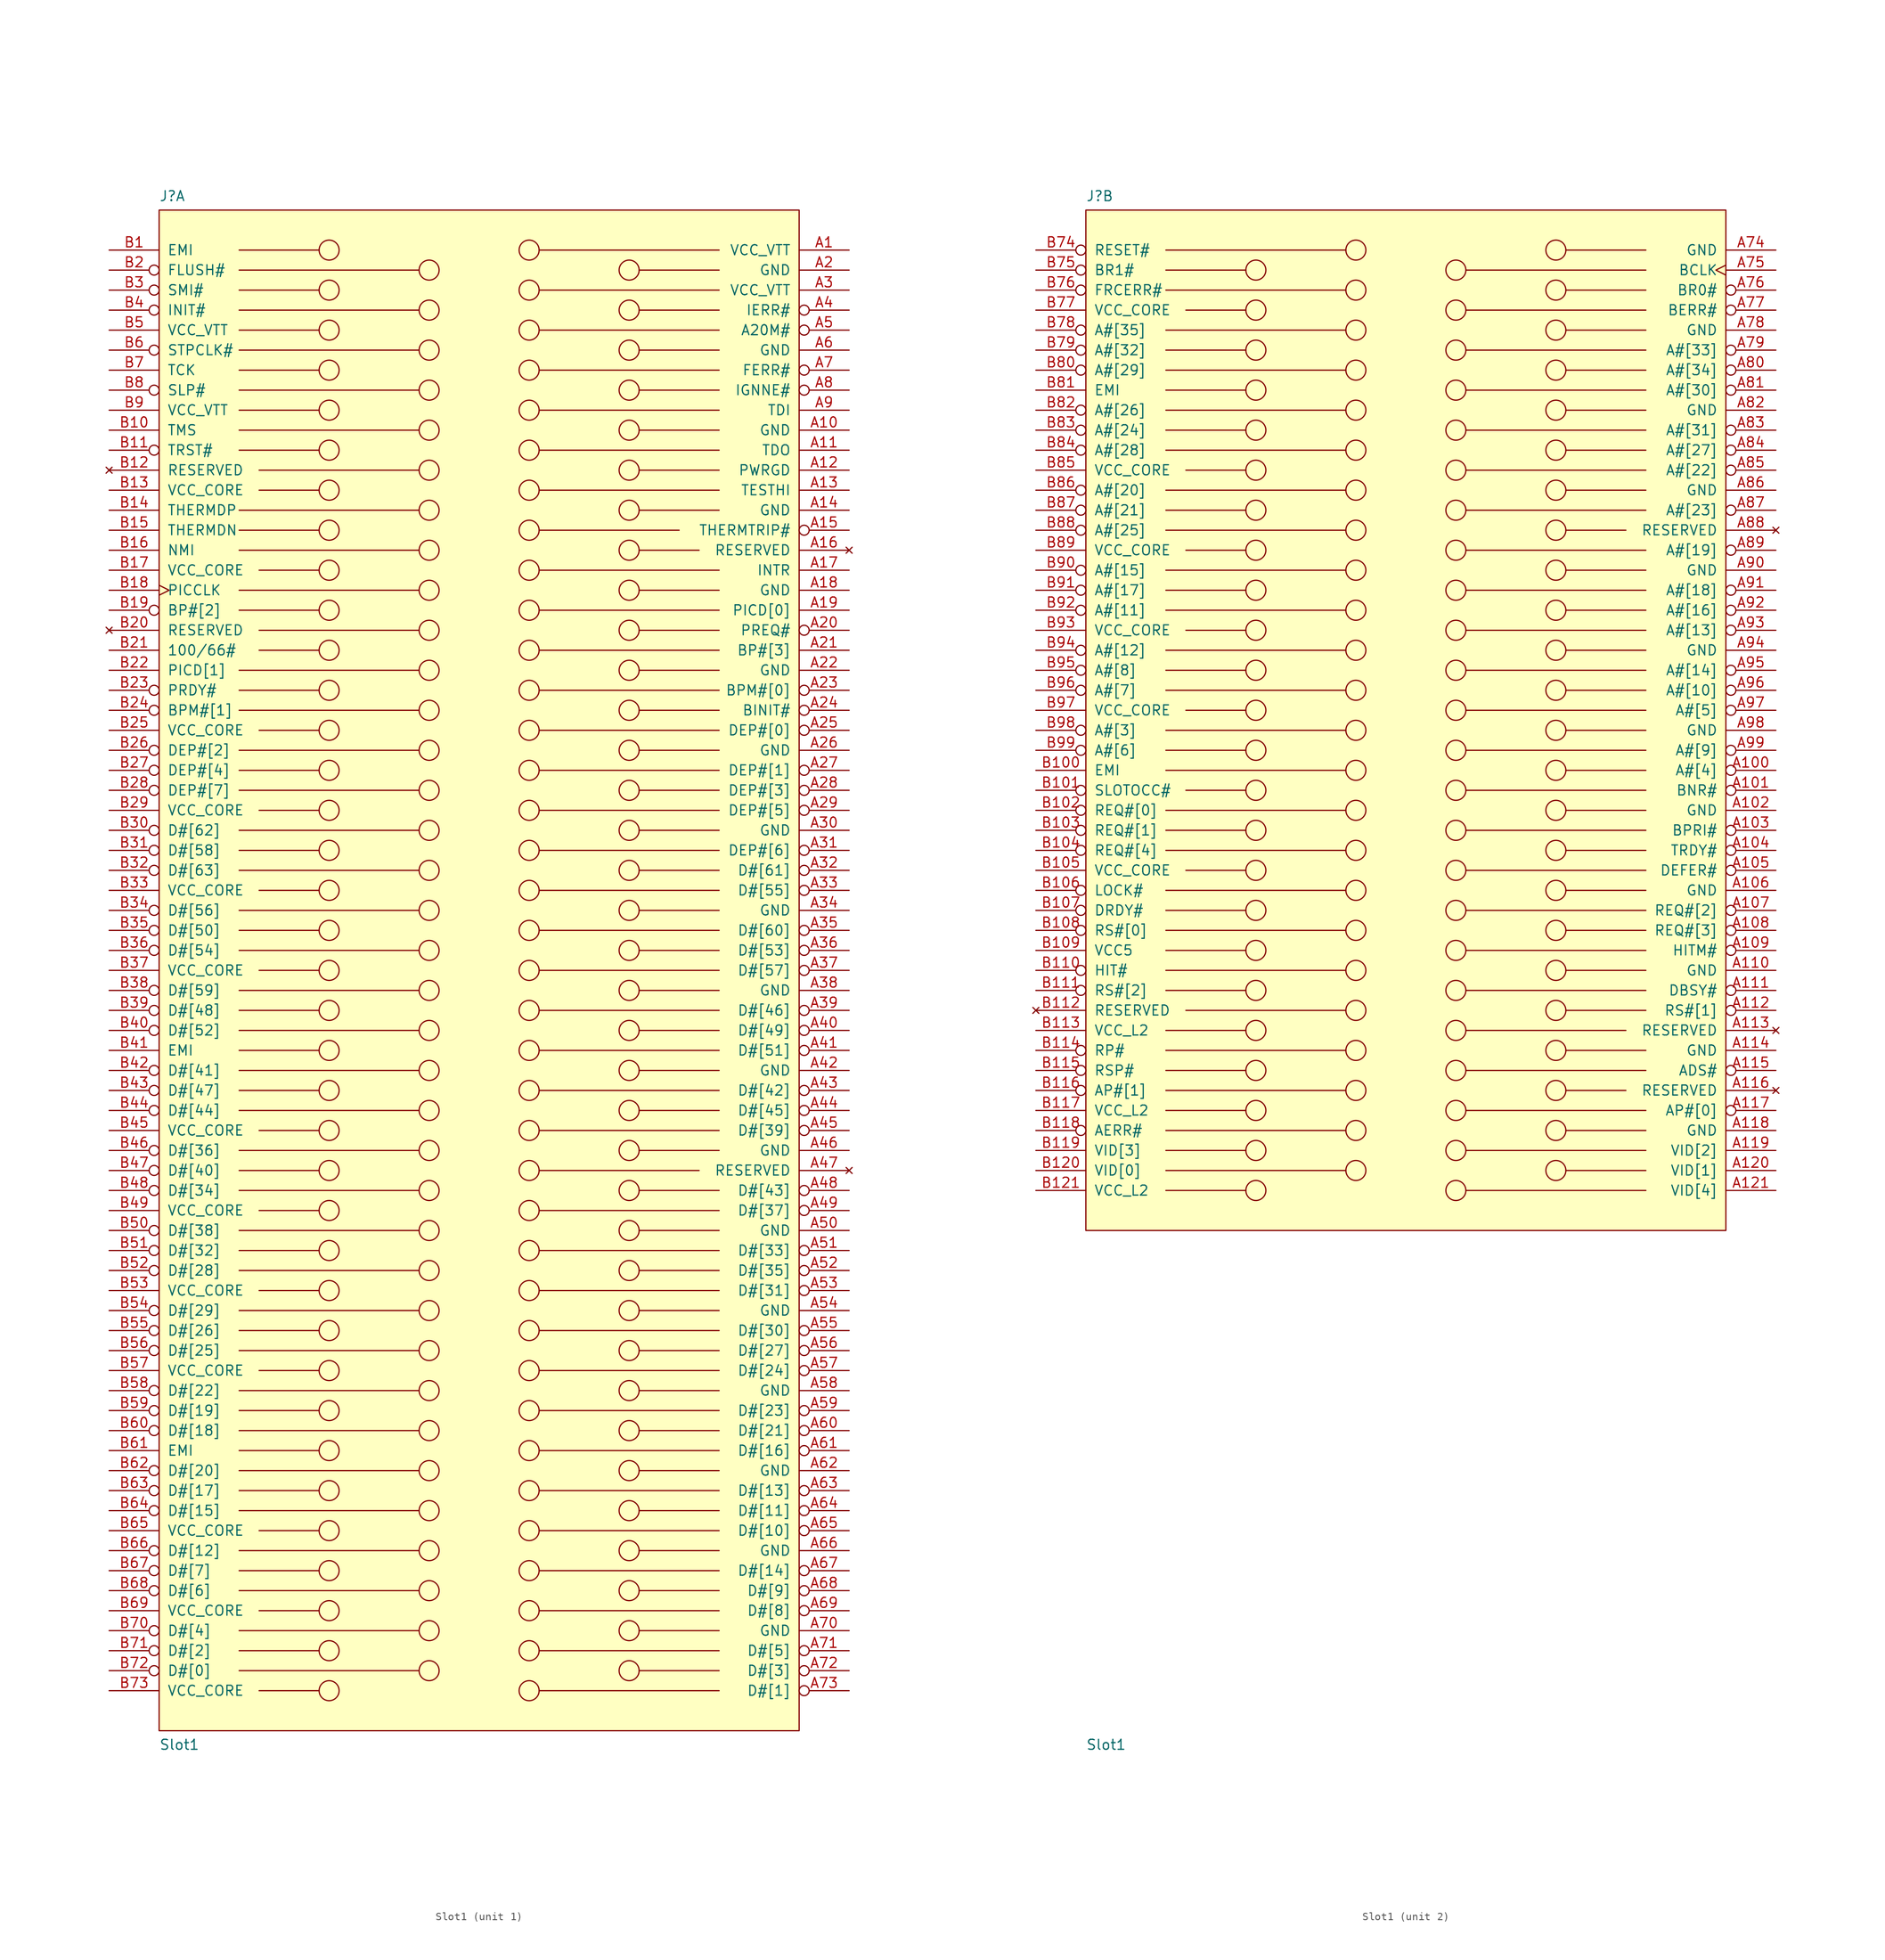
<source format=kicad_sym>
(kicad_symbol_lib
  (version 20240819)
  (generator "kicad_symbol_editor")
  (generator_version "8.99")
  (symbol "Slot1"
    (pin_names
      (offset 1.016))
    (property "Reference" "J"
      (at -40.64 197.358 0)
      (effects (font (size 1.27 1.27)) (justify left)))
    (property "Value" "Slot1"
      (at -40.64 0.762 0)
      (effects (font (size 1.27 1.27)) (justify left)))
    (property "ki_locked" ""
      (at 0 0 0)
      (effects (font (size 1.27 1.27))))
    (symbol "Slot1_1_0"
      (rectangle (start -40.64 195.58) (end 40.64 2.54) (stroke (width 0) (type default)) (fill (type background)))
      (polyline (pts (xy -30.48 190.5) (xy -20.32 190.5)) (stroke (width 0) (type solid)) (fill (type none)))
      (polyline (pts (xy -30.48 187.96) (xy -7.62 187.96)) (stroke (width 0) (type solid)) (fill (type none)))
      (polyline (pts (xy -30.48 185.42) (xy -20.32 185.42)) (stroke (width 0) (type solid)) (fill (type none)))
      (polyline (pts (xy -30.48 182.88) (xy -7.62 182.88)) (stroke (width 0) (type solid)) (fill (type none)))
      (polyline (pts (xy -30.48 180.34) (xy -20.32 180.34)) (stroke (width 0) (type solid)) (fill (type none)))
      (polyline (pts (xy -30.48 177.8) (xy -7.62 177.8)) (stroke (width 0) (type solid)) (fill (type none)))
      (polyline (pts (xy -30.48 175.26) (xy -20.32 175.26)) (stroke (width 0) (type solid)) (fill (type none)))
      (polyline (pts (xy -30.48 172.72) (xy -7.62 172.72)) (stroke (width 0) (type solid)) (fill (type none)))
      (polyline (pts (xy -30.48 170.18) (xy -20.32 170.18)) (stroke (width 0) (type solid)) (fill (type none)))
      (polyline (pts (xy -30.48 167.64) (xy -7.62 167.64)) (stroke (width 0) (type solid)) (fill (type none)))
      (polyline (pts (xy -30.48 165.1) (xy -20.32 165.1)) (stroke (width 0) (type solid)) (fill (type none)))
      (polyline (pts (xy -30.48 157.48) (xy -7.62 157.48)) (stroke (width 0) (type solid)) (fill (type none)))
      (polyline (pts (xy -30.48 154.94) (xy -20.32 154.94)) (stroke (width 0) (type solid)) (fill (type none)))
      (polyline (pts (xy -30.48 152.4) (xy -7.62 152.4)) (stroke (width 0) (type solid)) (fill (type none)))
      (polyline (pts (xy -30.48 147.32) (xy -7.62 147.32)) (stroke (width 0) (type solid)) (fill (type none)))
      (polyline (pts (xy -30.48 144.78) (xy -20.32 144.78)) (stroke (width 0) (type solid)) (fill (type none)))
      (polyline (pts (xy -30.48 137.16) (xy -7.62 137.16)) (stroke (width 0) (type solid)) (fill (type none)))
      (polyline (pts (xy -30.48 134.62) (xy -20.32 134.62)) (stroke (width 0) (type solid)) (fill (type none)))
      (polyline (pts (xy -30.48 132.08) (xy -7.62 132.08)) (stroke (width 0) (type solid)) (fill (type none)))
      (polyline (pts (xy -30.48 127) (xy -7.62 127)) (stroke (width 0) (type solid)) (fill (type none)))
      (polyline (pts (xy -30.48 124.46) (xy -20.32 124.46)) (stroke (width 0) (type solid)) (fill (type none)))
      (polyline (pts (xy -30.48 121.92) (xy -7.62 121.92)) (stroke (width 0) (type solid)) (fill (type none)))
      (polyline (pts (xy -30.48 116.84) (xy -7.62 116.84)) (stroke (width 0) (type solid)) (fill (type none)))
      (polyline (pts (xy -30.48 114.3) (xy -20.32 114.3)) (stroke (width 0) (type solid)) (fill (type none)))
      (polyline (pts (xy -30.48 111.76) (xy -7.62 111.76)) (stroke (width 0) (type solid)) (fill (type none)))
      (polyline (pts (xy -30.48 106.68) (xy -7.62 106.68)) (stroke (width 0) (type solid)) (fill (type none)))
      (polyline (pts (xy -30.48 104.14) (xy -20.32 104.14)) (stroke (width 0) (type solid)) (fill (type none)))
      (polyline (pts (xy -30.48 101.6) (xy -7.62 101.6)) (stroke (width 0) (type solid)) (fill (type none)))
      (polyline (pts (xy -30.48 96.52) (xy -7.62 96.52)) (stroke (width 0) (type solid)) (fill (type none)))
      (polyline (pts (xy -30.48 93.98) (xy -20.32 93.98)) (stroke (width 0) (type solid)) (fill (type none)))
      (polyline (pts (xy -30.48 91.44) (xy -7.62 91.44)) (stroke (width 0) (type solid)) (fill (type none)))
      (polyline (pts (xy -30.48 88.9) (xy -20.32 88.9)) (stroke (width 0) (type solid)) (fill (type none)))
      (polyline (pts (xy -30.48 86.36) (xy -7.62 86.36)) (stroke (width 0) (type solid)) (fill (type none)))
      (polyline (pts (xy -30.48 83.82) (xy -20.32 83.82)) (stroke (width 0) (type solid)) (fill (type none)))
      (polyline (pts (xy -30.48 81.28) (xy -7.62 81.28)) (stroke (width 0) (type solid)) (fill (type none)))
      (polyline (pts (xy -30.48 76.2) (xy -7.62 76.2)) (stroke (width 0) (type solid)) (fill (type none)))
      (polyline (pts (xy -30.48 73.66) (xy -20.32 73.66)) (stroke (width 0) (type solid)) (fill (type none)))
      (polyline (pts (xy -30.48 71.12) (xy -7.62 71.12)) (stroke (width 0) (type solid)) (fill (type none)))
      (polyline (pts (xy -30.48 66.04) (xy -7.62 66.04)) (stroke (width 0) (type solid)) (fill (type none)))
      (polyline (pts (xy -30.48 63.5) (xy -20.32 63.5)) (stroke (width 0) (type solid)) (fill (type none)))
      (polyline (pts (xy -30.48 60.96) (xy -7.62 60.96)) (stroke (width 0) (type solid)) (fill (type none)))
      (polyline (pts (xy -30.48 55.88) (xy -7.62 55.88)) (stroke (width 0) (type solid)) (fill (type none)))
      (polyline (pts (xy -30.48 53.34) (xy -20.32 53.34)) (stroke (width 0) (type solid)) (fill (type none)))
      (polyline (pts (xy -30.48 50.8) (xy -7.62 50.8)) (stroke (width 0) (type solid)) (fill (type none)))
      (polyline (pts (xy -30.48 45.72) (xy -7.62 45.72)) (stroke (width 0) (type solid)) (fill (type none)))
      (polyline (pts (xy -30.48 43.18) (xy -20.32 43.18)) (stroke (width 0) (type solid)) (fill (type none)))
      (polyline (pts (xy -30.48 40.64) (xy -7.62 40.64)) (stroke (width 0) (type solid)) (fill (type none)))
      (polyline (pts (xy -30.48 38.1) (xy -20.32 38.1)) (stroke (width 0) (type solid)) (fill (type none)))
      (polyline (pts (xy -30.48 35.56) (xy -7.62 35.56)) (stroke (width 0) (type solid)) (fill (type none)))
      (polyline (pts (xy -30.48 33.02) (xy -20.32 33.02)) (stroke (width 0) (type solid)) (fill (type none)))
      (polyline (pts (xy -30.48 30.48) (xy -7.62 30.48)) (stroke (width 0) (type solid)) (fill (type none)))
      (polyline (pts (xy -30.48 25.4) (xy -7.62 25.4)) (stroke (width 0) (type solid)) (fill (type none)))
      (polyline (pts (xy -30.48 22.86) (xy -20.32 22.86)) (stroke (width 0) (type solid)) (fill (type none)))
      (polyline (pts (xy -30.48 20.32) (xy -7.62 20.32)) (stroke (width 0) (type solid)) (fill (type none)))
      (polyline (pts (xy -30.48 15.24) (xy -7.62 15.24)) (stroke (width 0) (type solid)) (fill (type none)))
      (polyline (pts (xy -30.48 12.7) (xy -20.32 12.7)) (stroke (width 0) (type solid)) (fill (type none)))
      (polyline (pts (xy -30.48 10.16) (xy -7.62 10.16)) (stroke (width 0) (type solid)) (fill (type none)))
      (polyline (pts (xy -27.94 162.56) (xy -7.62 162.56)) (stroke (width 0) (type solid)) (fill (type none)))
      (polyline (pts (xy -27.94 160.02) (xy -20.32 160.02)) (stroke (width 0) (type solid)) (fill (type none)))
      (polyline (pts (xy -27.94 149.86) (xy -20.32 149.86)) (stroke (width 0) (type solid)) (fill (type none)))
      (polyline (pts (xy -27.94 142.24) (xy -7.62 142.24)) (stroke (width 0) (type solid)) (fill (type none)))
      (polyline (pts (xy -27.94 139.7) (xy -20.32 139.7)) (stroke (width 0) (type solid)) (fill (type none)))
      (polyline (pts (xy -27.94 129.54) (xy -20.32 129.54)) (stroke (width 0) (type solid)) (fill (type none)))
      (polyline (pts (xy -27.94 119.38) (xy -20.32 119.38)) (stroke (width 0) (type solid)) (fill (type none)))
      (polyline (pts (xy -27.94 109.22) (xy -20.32 109.22)) (stroke (width 0) (type solid)) (fill (type none)))
      (polyline (pts (xy -27.94 99.06) (xy -20.32 99.06)) (stroke (width 0) (type solid)) (fill (type none)))
      (polyline (pts (xy -27.94 78.74) (xy -20.32 78.74)) (stroke (width 0) (type solid)) (fill (type none)))
      (polyline (pts (xy -27.94 68.58) (xy -20.32 68.58)) (stroke (width 0) (type solid)) (fill (type none)))
      (polyline (pts (xy -27.94 58.42) (xy -20.32 58.42)) (stroke (width 0) (type solid)) (fill (type none)))
      (polyline (pts (xy -27.94 48.26) (xy -20.32 48.26)) (stroke (width 0) (type solid)) (fill (type none)))
      (polyline (pts (xy -27.94 27.94) (xy -20.32 27.94)) (stroke (width 0) (type solid)) (fill (type none)))
      (polyline (pts (xy -27.94 17.78) (xy -20.32 17.78)) (stroke (width 0) (type solid)) (fill (type none)))
      (polyline (pts (xy -27.94 7.62) (xy -20.32 7.62)) (stroke (width 0) (type solid)) (fill (type none)))
      (polyline (pts (xy 25.4 154.94) (xy 7.62 154.94)) (stroke (width 0) (type solid)) (fill (type none)))
      (polyline (pts (xy 27.94 152.4) (xy 20.32 152.4)) (stroke (width 0) (type solid)) (fill (type none)))
      (polyline (pts (xy 27.94 73.66) (xy 7.62 73.66)) (stroke (width 0) (type solid)) (fill (type none)))
      (polyline (pts (xy 30.48 190.5) (xy 7.62 190.5)) (stroke (width 0) (type solid)) (fill (type none)))
      (polyline (pts (xy 30.48 187.96) (xy 20.32 187.96)) (stroke (width 0) (type solid)) (fill (type none)))
      (polyline (pts (xy 30.48 185.42) (xy 7.62 185.42)) (stroke (width 0) (type solid)) (fill (type none)))
      (polyline (pts (xy 30.48 182.88) (xy 20.32 182.88)) (stroke (width 0) (type solid)) (fill (type none)))
      (polyline (pts (xy 30.48 180.34) (xy 7.62 180.34)) (stroke (width 0) (type solid)) (fill (type none)))
      (polyline (pts (xy 30.48 177.8) (xy 20.32 177.8)) (stroke (width 0) (type solid)) (fill (type none)))
      (polyline (pts (xy 30.48 175.26) (xy 7.62 175.26)) (stroke (width 0) (type solid)) (fill (type none)))
      (polyline (pts (xy 30.48 172.72) (xy 20.32 172.72)) (stroke (width 0) (type solid)) (fill (type none)))
      (polyline (pts (xy 30.48 170.18) (xy 7.62 170.18)) (stroke (width 0) (type solid)) (fill (type none)))
      (polyline (pts (xy 30.48 167.64) (xy 20.32 167.64)) (stroke (width 0) (type solid)) (fill (type none)))
      (polyline (pts (xy 30.48 165.1) (xy 7.62 165.1)) (stroke (width 0) (type solid)) (fill (type none)))
      (polyline (pts (xy 30.48 162.56) (xy 20.32 162.56)) (stroke (width 0) (type solid)) (fill (type none)))
      (polyline (pts (xy 30.48 160.02) (xy 7.62 160.02)) (stroke (width 0) (type solid)) (fill (type none)))
      (polyline (pts (xy 30.48 157.48) (xy 20.32 157.48)) (stroke (width 0) (type solid)) (fill (type none)))
      (polyline (pts (xy 30.48 149.86) (xy 7.62 149.86)) (stroke (width 0) (type solid)) (fill (type none)))
      (polyline (pts (xy 30.48 147.32) (xy 20.32 147.32)) (stroke (width 0) (type solid)) (fill (type none)))
      (polyline (pts (xy 30.48 144.78) (xy 7.62 144.78)) (stroke (width 0) (type solid)) (fill (type none)))
      (polyline (pts (xy 30.48 142.24) (xy 20.32 142.24)) (stroke (width 0) (type solid)) (fill (type none)))
      (polyline (pts (xy 30.48 139.7) (xy 7.62 139.7)) (stroke (width 0) (type solid)) (fill (type none)))
      (polyline (pts (xy 30.48 137.16) (xy 20.32 137.16)) (stroke (width 0) (type solid)) (fill (type none)))
      (polyline (pts (xy 30.48 134.62) (xy 7.62 134.62)) (stroke (width 0) (type solid)) (fill (type none)))
      (polyline (pts (xy 30.48 132.08) (xy 20.32 132.08)) (stroke (width 0) (type solid)) (fill (type none)))
      (polyline (pts (xy 30.48 129.54) (xy 7.62 129.54)) (stroke (width 0) (type solid)) (fill (type none)))
      (polyline (pts (xy 30.48 127) (xy 20.32 127)) (stroke (width 0) (type solid)) (fill (type none)))
      (polyline (pts (xy 30.48 124.46) (xy 7.62 124.46)) (stroke (width 0) (type solid)) (fill (type none)))
      (polyline (pts (xy 30.48 121.92) (xy 20.32 121.92)) (stroke (width 0) (type solid)) (fill (type none)))
      (polyline (pts (xy 30.48 119.38) (xy 7.62 119.38)) (stroke (width 0) (type solid)) (fill (type none)))
      (polyline (pts (xy 30.48 116.84) (xy 20.32 116.84)) (stroke (width 0) (type solid)) (fill (type none)))
      (polyline (pts (xy 30.48 114.3) (xy 7.62 114.3)) (stroke (width 0) (type solid)) (fill (type none)))
      (polyline (pts (xy 30.48 111.76) (xy 20.32 111.76)) (stroke (width 0) (type solid)) (fill (type none)))
      (polyline (pts (xy 30.48 109.22) (xy 7.62 109.22)) (stroke (width 0) (type solid)) (fill (type none)))
      (polyline (pts (xy 30.48 106.68) (xy 20.32 106.68)) (stroke (width 0) (type solid)) (fill (type none)))
      (polyline (pts (xy 30.48 104.14) (xy 7.62 104.14)) (stroke (width 0) (type solid)) (fill (type none)))
      (polyline (pts (xy 30.48 101.6) (xy 20.32 101.6)) (stroke (width 0) (type solid)) (fill (type none)))
      (polyline (pts (xy 30.48 99.06) (xy 7.62 99.06)) (stroke (width 0) (type solid)) (fill (type none)))
      (polyline (pts (xy 30.48 96.52) (xy 20.32 96.52)) (stroke (width 0) (type solid)) (fill (type none)))
      (polyline (pts (xy 30.48 93.98) (xy 7.62 93.98)) (stroke (width 0) (type solid)) (fill (type none)))
      (polyline (pts (xy 30.48 91.44) (xy 20.32 91.44)) (stroke (width 0) (type solid)) (fill (type none)))
      (polyline (pts (xy 30.48 88.9) (xy 7.62 88.9)) (stroke (width 0) (type solid)) (fill (type none)))
      (polyline (pts (xy 30.48 86.36) (xy 20.32 86.36)) (stroke (width 0) (type solid)) (fill (type none)))
      (polyline (pts (xy 30.48 83.82) (xy 7.62 83.82)) (stroke (width 0) (type solid)) (fill (type none)))
      (polyline (pts (xy 30.48 81.28) (xy 20.32 81.28)) (stroke (width 0) (type solid)) (fill (type none)))
      (polyline (pts (xy 30.48 78.74) (xy 7.62 78.74)) (stroke (width 0) (type solid)) (fill (type none)))
      (polyline (pts (xy 30.48 76.2) (xy 20.32 76.2)) (stroke (width 0) (type solid)) (fill (type none)))
      (polyline (pts (xy 30.48 71.12) (xy 20.32 71.12)) (stroke (width 0) (type solid)) (fill (type none)))
      (polyline (pts (xy 30.48 68.58) (xy 7.62 68.58)) (stroke (width 0) (type solid)) (fill (type none)))
      (polyline (pts (xy 30.48 66.04) (xy 20.32 66.04)) (stroke (width 0) (type solid)) (fill (type none)))
      (polyline (pts (xy 30.48 63.5) (xy 7.62 63.5)) (stroke (width 0) (type solid)) (fill (type none)))
      (polyline (pts (xy 30.48 60.96) (xy 20.32 60.96)) (stroke (width 0) (type solid)) (fill (type none)))
      (polyline (pts (xy 30.48 58.42) (xy 7.62 58.42)) (stroke (width 0) (type solid)) (fill (type none)))
      (polyline (pts (xy 30.48 55.88) (xy 20.32 55.88)) (stroke (width 0) (type solid)) (fill (type none)))
      (polyline (pts (xy 30.48 53.34) (xy 7.62 53.34)) (stroke (width 0) (type solid)) (fill (type none)))
      (polyline (pts (xy 30.48 50.8) (xy 20.32 50.8)) (stroke (width 0) (type solid)) (fill (type none)))
      (polyline (pts (xy 30.48 48.26) (xy 7.62 48.26)) (stroke (width 0) (type solid)) (fill (type none)))
      (polyline (pts (xy 30.48 45.72) (xy 20.32 45.72)) (stroke (width 0) (type solid)) (fill (type none)))
      (polyline (pts (xy 30.48 43.18) (xy 7.62 43.18)) (stroke (width 0) (type solid)) (fill (type none)))
      (polyline (pts (xy 30.48 40.64) (xy 20.32 40.64)) (stroke (width 0) (type solid)) (fill (type none)))
      (polyline (pts (xy 30.48 38.1) (xy 7.62 38.1)) (stroke (width 0) (type solid)) (fill (type none)))
      (polyline (pts (xy 30.48 35.56) (xy 20.32 35.56)) (stroke (width 0) (type solid)) (fill (type none)))
      (polyline (pts (xy 30.48 33.02) (xy 7.62 33.02)) (stroke (width 0) (type solid)) (fill (type none)))
      (polyline (pts (xy 30.48 30.48) (xy 20.32 30.48)) (stroke (width 0) (type solid)) (fill (type none)))
      (polyline (pts (xy 30.48 27.94) (xy 7.62 27.94)) (stroke (width 0) (type solid)) (fill (type none)))
      (polyline (pts (xy 30.48 25.4) (xy 20.32 25.4)) (stroke (width 0) (type solid)) (fill (type none)))
      (polyline (pts (xy 30.48 22.86) (xy 7.62 22.86)) (stroke (width 0) (type solid)) (fill (type none)))
      (polyline (pts (xy 30.48 20.32) (xy 20.32 20.32)) (stroke (width 0) (type solid)) (fill (type none)))
      (polyline (pts (xy 30.48 17.78) (xy 7.62 17.78)) (stroke (width 0) (type solid)) (fill (type none)))
      (polyline (pts (xy 30.48 15.24) (xy 20.32 15.24)) (stroke (width 0) (type solid)) (fill (type none)))
      (polyline (pts (xy 30.48 12.7) (xy 7.62 12.7)) (stroke (width 0) (type solid)) (fill (type none)))
      (polyline (pts (xy 30.48 10.16) (xy 20.32 10.16)) (stroke (width 0) (type solid)) (fill (type none)))
      (polyline (pts (xy 30.48 7.62) (xy 7.62 7.62)) (stroke (width 0) (type solid)) (fill (type none))))
    (symbol "Slot1_1_1"
      (circle (center -19.05 190.5) (radius 1.27) (stroke (width 0) (type default)) (fill (type none)))
      (circle (center -19.05 185.42) (radius 1.27) (stroke (width 0) (type default)) (fill (type none)))
      (circle (center -19.05 180.34) (radius 1.27) (stroke (width 0) (type default)) (fill (type none)))
      (circle (center -19.05 175.26) (radius 1.27) (stroke (width 0) (type default)) (fill (type none)))
      (circle (center -19.05 170.18) (radius 1.27) (stroke (width 0) (type default)) (fill (type none)))
      (circle (center -19.05 165.1) (radius 1.27) (stroke (width 0) (type default)) (fill (type none)))
      (circle (center -19.05 160.02) (radius 1.27) (stroke (width 0) (type default)) (fill (type none)))
      (circle (center -19.05 154.94) (radius 1.27) (stroke (width 0) (type default)) (fill (type none)))
      (circle (center -19.05 149.86) (radius 1.27) (stroke (width 0) (type default)) (fill (type none)))
      (circle (center -19.05 144.78) (radius 1.27) (stroke (width 0) (type default)) (fill (type none)))
      (circle (center -19.05 139.7) (radius 1.27) (stroke (width 0) (type default)) (fill (type none)))
      (circle (center -19.05 134.62) (radius 1.27) (stroke (width 0) (type default)) (fill (type none)))
      (circle (center -19.05 129.54) (radius 1.27) (stroke (width 0) (type default)) (fill (type none)))
      (circle (center -19.05 124.46) (radius 1.27) (stroke (width 0) (type default)) (fill (type none)))
      (circle (center -19.05 119.38) (radius 1.27) (stroke (width 0) (type default)) (fill (type none)))
      (circle (center -19.05 114.3) (radius 1.27) (stroke (width 0) (type default)) (fill (type none)))
      (circle (center -19.05 109.22) (radius 1.27) (stroke (width 0) (type default)) (fill (type none)))
      (circle (center -19.05 104.14) (radius 1.27) (stroke (width 0) (type default)) (fill (type none)))
      (circle (center -19.05 99.06) (radius 1.27) (stroke (width 0) (type default)) (fill (type none)))
      (circle (center -19.05 93.98) (radius 1.27) (stroke (width 0) (type default)) (fill (type none)))
      (circle (center -19.05 88.9) (radius 1.27) (stroke (width 0) (type default)) (fill (type none)))
      (circle (center -19.05 83.82) (radius 1.27) (stroke (width 0) (type default)) (fill (type none)))
      (circle (center -19.05 78.74) (radius 1.27) (stroke (width 0) (type default)) (fill (type none)))
      (circle (center -19.05 73.66) (radius 1.27) (stroke (width 0) (type default)) (fill (type none)))
      (circle (center -19.05 68.58) (radius 1.27) (stroke (width 0) (type default)) (fill (type none)))
      (circle (center -19.05 63.5) (radius 1.27) (stroke (width 0) (type default)) (fill (type none)))
      (circle (center -19.05 58.42) (radius 1.27) (stroke (width 0) (type default)) (fill (type none)))
      (circle (center -19.05 53.34) (radius 1.27) (stroke (width 0) (type default)) (fill (type none)))
      (circle (center -19.05 48.26) (radius 1.27) (stroke (width 0) (type default)) (fill (type none)))
      (circle (center -19.05 43.18) (radius 1.27) (stroke (width 0) (type default)) (fill (type none)))
      (circle (center -19.05 38.1) (radius 1.27) (stroke (width 0) (type default)) (fill (type none)))
      (circle (center -19.05 33.02) (radius 1.27) (stroke (width 0) (type default)) (fill (type none)))
      (circle (center -19.05 27.94) (radius 1.27) (stroke (width 0) (type default)) (fill (type none)))
      (circle (center -19.05 22.86) (radius 1.27) (stroke (width 0) (type default)) (fill (type none)))
      (circle (center -19.05 17.78) (radius 1.27) (stroke (width 0) (type default)) (fill (type none)))
      (circle (center -19.05 12.7) (radius 1.27) (stroke (width 0) (type default)) (fill (type none)))
      (circle (center -19.05 7.62) (radius 1.27) (stroke (width 0) (type default)) (fill (type none)))
      (circle (center -6.35 187.96) (radius 1.27) (stroke (width 0) (type default)) (fill (type none)))
      (circle (center -6.35 182.88) (radius 1.27) (stroke (width 0) (type default)) (fill (type none)))
      (circle (center -6.35 177.8) (radius 1.27) (stroke (width 0) (type default)) (fill (type none)))
      (circle (center -6.35 172.72) (radius 1.27) (stroke (width 0) (type default)) (fill (type none)))
      (circle (center -6.35 167.64) (radius 1.27) (stroke (width 0) (type default)) (fill (type none)))
      (circle (center -6.35 162.56) (radius 1.27) (stroke (width 0) (type default)) (fill (type none)))
      (circle (center -6.35 157.48) (radius 1.27) (stroke (width 0) (type default)) (fill (type none)))
      (circle (center -6.35 152.4) (radius 1.27) (stroke (width 0) (type default)) (fill (type none)))
      (circle (center -6.35 147.32) (radius 1.27) (stroke (width 0) (type default)) (fill (type none)))
      (circle (center -6.35 142.24) (radius 1.27) (stroke (width 0) (type default)) (fill (type none)))
      (circle (center -6.35 137.16) (radius 1.27) (stroke (width 0) (type default)) (fill (type none)))
      (circle (center -6.35 132.08) (radius 1.27) (stroke (width 0) (type default)) (fill (type none)))
      (circle (center -6.35 127) (radius 1.27) (stroke (width 0) (type default)) (fill (type none)))
      (circle (center -6.35 121.92) (radius 1.27) (stroke (width 0) (type default)) (fill (type none)))
      (circle (center -6.35 116.84) (radius 1.27) (stroke (width 0) (type default)) (fill (type none)))
      (circle (center -6.35 111.76) (radius 1.27) (stroke (width 0) (type default)) (fill (type none)))
      (circle (center -6.35 106.68) (radius 1.27) (stroke (width 0) (type default)) (fill (type none)))
      (circle (center -6.35 101.6) (radius 1.27) (stroke (width 0) (type default)) (fill (type none)))
      (circle (center -6.35 96.52) (radius 1.27) (stroke (width 0) (type default)) (fill (type none)))
      (circle (center -6.35 91.44) (radius 1.27) (stroke (width 0) (type default)) (fill (type none)))
      (circle (center -6.35 86.36) (radius 1.27) (stroke (width 0) (type default)) (fill (type none)))
      (circle (center -6.35 81.28) (radius 1.27) (stroke (width 0) (type default)) (fill (type none)))
      (circle (center -6.35 76.2) (radius 1.27) (stroke (width 0) (type default)) (fill (type none)))
      (circle (center -6.35 71.12) (radius 1.27) (stroke (width 0) (type default)) (fill (type none)))
      (circle (center -6.35 66.04) (radius 1.27) (stroke (width 0) (type default)) (fill (type none)))
      (circle (center -6.35 60.96) (radius 1.27) (stroke (width 0) (type default)) (fill (type none)))
      (circle (center -6.35 55.88) (radius 1.27) (stroke (width 0) (type default)) (fill (type none)))
      (circle (center -6.35 50.8) (radius 1.27) (stroke (width 0) (type default)) (fill (type none)))
      (circle (center -6.35 45.72) (radius 1.27) (stroke (width 0) (type default)) (fill (type none)))
      (circle (center -6.35 40.64) (radius 1.27) (stroke (width 0) (type default)) (fill (type none)))
      (circle (center -6.35 35.56) (radius 1.27) (stroke (width 0) (type default)) (fill (type none)))
      (circle (center -6.35 30.48) (radius 1.27) (stroke (width 0) (type default)) (fill (type none)))
      (circle (center -6.35 25.4) (radius 1.27) (stroke (width 0) (type default)) (fill (type none)))
      (circle (center -6.35 20.32) (radius 1.27) (stroke (width 0) (type default)) (fill (type none)))
      (circle (center -6.35 15.24) (radius 1.27) (stroke (width 0) (type default)) (fill (type none)))
      (circle (center -6.35 10.16) (radius 1.27) (stroke (width 0) (type default)) (fill (type none)))
      (circle (center 6.35 190.5) (radius 1.27) (stroke (width 0) (type default)) (fill (type none)))
      (circle (center 6.35 185.42) (radius 1.27) (stroke (width 0) (type default)) (fill (type none)))
      (circle (center 6.35 180.34) (radius 1.27) (stroke (width 0) (type default)) (fill (type none)))
      (circle (center 6.35 175.26) (radius 1.27) (stroke (width 0) (type default)) (fill (type none)))
      (circle (center 6.35 170.18) (radius 1.27) (stroke (width 0) (type default)) (fill (type none)))
      (circle (center 6.35 165.1) (radius 1.27) (stroke (width 0) (type default)) (fill (type none)))
      (circle (center 6.35 160.02) (radius 1.27) (stroke (width 0) (type default)) (fill (type none)))
      (circle (center 6.35 154.94) (radius 1.27) (stroke (width 0) (type default)) (fill (type none)))
      (circle (center 6.35 149.86) (radius 1.27) (stroke (width 0) (type default)) (fill (type none)))
      (circle (center 6.35 144.78) (radius 1.27) (stroke (width 0) (type default)) (fill (type none)))
      (circle (center 6.35 139.7) (radius 1.27) (stroke (width 0) (type default)) (fill (type none)))
      (circle (center 6.35 134.62) (radius 1.27) (stroke (width 0) (type default)) (fill (type none)))
      (circle (center 6.35 129.54) (radius 1.27) (stroke (width 0) (type default)) (fill (type none)))
      (circle (center 6.35 124.46) (radius 1.27) (stroke (width 0) (type default)) (fill (type none)))
      (circle (center 6.35 119.38) (radius 1.27) (stroke (width 0) (type default)) (fill (type none)))
      (circle (center 6.35 114.3) (radius 1.27) (stroke (width 0) (type default)) (fill (type none)))
      (circle (center 6.35 109.22) (radius 1.27) (stroke (width 0) (type default)) (fill (type none)))
      (circle (center 6.35 104.14) (radius 1.27) (stroke (width 0) (type default)) (fill (type none)))
      (circle (center 6.35 99.06) (radius 1.27) (stroke (width 0) (type default)) (fill (type none)))
      (circle (center 6.35 93.98) (radius 1.27) (stroke (width 0) (type default)) (fill (type none)))
      (circle (center 6.35 88.9) (radius 1.27) (stroke (width 0) (type default)) (fill (type none)))
      (circle (center 6.35 83.82) (radius 1.27) (stroke (width 0) (type default)) (fill (type none)))
      (circle (center 6.35 78.74) (radius 1.27) (stroke (width 0) (type default)) (fill (type none)))
      (circle (center 6.35 73.66) (radius 1.27) (stroke (width 0) (type default)) (fill (type none)))
      (circle (center 6.35 68.58) (radius 1.27) (stroke (width 0) (type default)) (fill (type none)))
      (circle (center 6.35 63.5) (radius 1.27) (stroke (width 0) (type default)) (fill (type none)))
      (circle (center 6.35 58.42) (radius 1.27) (stroke (width 0) (type default)) (fill (type none)))
      (circle (center 6.35 53.34) (radius 1.27) (stroke (width 0) (type default)) (fill (type none)))
      (circle (center 6.35 48.26) (radius 1.27) (stroke (width 0) (type default)) (fill (type none)))
      (circle (center 6.35 43.18) (radius 1.27) (stroke (width 0) (type default)) (fill (type none)))
      (circle (center 6.35 38.1) (radius 1.27) (stroke (width 0) (type default)) (fill (type none)))
      (circle (center 6.35 33.02) (radius 1.27) (stroke (width 0) (type default)) (fill (type none)))
      (circle (center 6.35 27.94) (radius 1.27) (stroke (width 0) (type default)) (fill (type none)))
      (circle (center 6.35 22.86) (radius 1.27) (stroke (width 0) (type default)) (fill (type none)))
      (circle (center 6.35 17.78) (radius 1.27) (stroke (width 0) (type default)) (fill (type none)))
      (circle (center 6.35 12.7) (radius 1.27) (stroke (width 0) (type default)) (fill (type none)))
      (circle (center 6.35 7.62) (radius 1.27) (stroke (width 0) (type default)) (fill (type none)))
      (circle (center 19.05 187.96) (radius 1.27) (stroke (width 0) (type default)) (fill (type none)))
      (circle (center 19.05 182.88) (radius 1.27) (stroke (width 0) (type default)) (fill (type none)))
      (circle (center 19.05 177.8) (radius 1.27) (stroke (width 0) (type default)) (fill (type none)))
      (circle (center 19.05 172.72) (radius 1.27) (stroke (width 0) (type default)) (fill (type none)))
      (circle (center 19.05 167.64) (radius 1.27) (stroke (width 0) (type default)) (fill (type none)))
      (circle (center 19.05 162.56) (radius 1.27) (stroke (width 0) (type default)) (fill (type none)))
      (circle (center 19.05 157.48) (radius 1.27) (stroke (width 0) (type default)) (fill (type none)))
      (circle (center 19.05 152.4) (radius 1.27) (stroke (width 0) (type default)) (fill (type none)))
      (circle (center 19.05 147.32) (radius 1.27) (stroke (width 0) (type default)) (fill (type none)))
      (circle (center 19.05 142.24) (radius 1.27) (stroke (width 0) (type default)) (fill (type none)))
      (circle (center 19.05 137.16) (radius 1.27) (stroke (width 0) (type default)) (fill (type none)))
      (circle (center 19.05 132.08) (radius 1.27) (stroke (width 0) (type default)) (fill (type none)))
      (circle (center 19.05 127) (radius 1.27) (stroke (width 0) (type default)) (fill (type none)))
      (circle (center 19.05 121.92) (radius 1.27) (stroke (width 0) (type default)) (fill (type none)))
      (circle (center 19.05 116.84) (radius 1.27) (stroke (width 0) (type default)) (fill (type none)))
      (circle (center 19.05 111.76) (radius 1.27) (stroke (width 0) (type default)) (fill (type none)))
      (circle (center 19.05 106.68) (radius 1.27) (stroke (width 0) (type default)) (fill (type none)))
      (circle (center 19.05 101.6) (radius 1.27) (stroke (width 0) (type default)) (fill (type none)))
      (circle (center 19.05 96.52) (radius 1.27) (stroke (width 0) (type default)) (fill (type none)))
      (circle (center 19.05 91.44) (radius 1.27) (stroke (width 0) (type default)) (fill (type none)))
      (circle (center 19.05 86.36) (radius 1.27) (stroke (width 0) (type default)) (fill (type none)))
      (circle (center 19.05 81.28) (radius 1.27) (stroke (width 0) (type default)) (fill (type none)))
      (circle (center 19.05 76.2) (radius 1.27) (stroke (width 0) (type default)) (fill (type none)))
      (circle (center 19.05 71.12) (radius 1.27) (stroke (width 0) (type default)) (fill (type none)))
      (circle (center 19.05 66.04) (radius 1.27) (stroke (width 0) (type default)) (fill (type none)))
      (circle (center 19.05 60.96) (radius 1.27) (stroke (width 0) (type default)) (fill (type none)))
      (circle (center 19.05 55.88) (radius 1.27) (stroke (width 0) (type default)) (fill (type none)))
      (circle (center 19.05 50.8) (radius 1.27) (stroke (width 0) (type default)) (fill (type none)))
      (circle (center 19.05 45.72) (radius 1.27) (stroke (width 0) (type default)) (fill (type none)))
      (circle (center 19.05 40.64) (radius 1.27) (stroke (width 0) (type default)) (fill (type none)))
      (circle (center 19.05 35.56) (radius 1.27) (stroke (width 0) (type default)) (fill (type none)))
      (circle (center 19.05 30.48) (radius 1.27) (stroke (width 0) (type default)) (fill (type none)))
      (circle (center 19.05 25.4) (radius 1.27) (stroke (width 0) (type default)) (fill (type none)))
      (circle (center 19.05 20.32) (radius 1.27) (stroke (width 0) (type default)) (fill (type none)))
      (circle (center 19.05 15.24) (radius 1.27) (stroke (width 0) (type default)) (fill (type none)))
      (circle (center 19.05 10.16) (radius 1.27) (stroke (width 0) (type default)) (fill (type none)))
      (pin input line (at -46.99 190.5 0) (length 6.35) (name "EMI" (effects (font (size 1.27 1.27)))) (number "B1" (effects (font (size 1.27 1.27)))))
      (pin input inverted (at -46.99 187.96 0) (length 6.35) (name "FLUSH#" (effects (font (size 1.27 1.27)))) (number "B2" (effects (font (size 1.27 1.27)))))
      (pin input inverted (at -46.99 185.42 0) (length 6.35) (name "SMI#" (effects (font (size 1.27 1.27)))) (number "B3" (effects (font (size 1.27 1.27)))))
      (pin input inverted (at -46.99 182.88 0) (length 6.35) (name "INIT#" (effects (font (size 1.27 1.27)))) (number "B4" (effects (font (size 1.27 1.27)))))
      (pin power_in line (at -46.99 180.34 0) (length 6.35) (name "VCC_VTT" (effects (font (size 1.27 1.27)))) (number "B5" (effects (font (size 1.27 1.27)))))
      (pin input inverted (at -46.99 177.8 0) (length 6.35) (name "STPCLK#" (effects (font (size 1.27 1.27)))) (number "B6" (effects (font (size 1.27 1.27)))))
      (pin input line (at -46.99 175.26 0) (length 6.35) (name "TCK" (effects (font (size 1.27 1.27)))) (number "B7" (effects (font (size 1.27 1.27)))))
      (pin input inverted (at -46.99 172.72 0) (length 6.35) (name "SLP#" (effects (font (size 1.27 1.27)))) (number "B8" (effects (font (size 1.27 1.27)))))
      (pin power_in line (at -46.99 170.18 0) (length 6.35) (name "VCC_VTT" (effects (font (size 1.27 1.27)))) (number "B9" (effects (font (size 1.27 1.27)))))
      (pin input line (at -46.99 167.64 0) (length 6.35) (name "TMS" (effects (font (size 1.27 1.27)))) (number "B10" (effects (font (size 1.27 1.27)))))
      (pin input inverted (at -46.99 165.1 0) (length 6.35) (name "TRST#" (effects (font (size 1.27 1.27)))) (number "B11" (effects (font (size 1.27 1.27)))))
      (pin no_connect line (at -46.99 162.56 0) (length 6.35) (name "RESERVED" (effects (font (size 1.27 1.27)))) (number "B12" (effects (font (size 1.27 1.27)))))
      (pin power_in line (at -46.99 160.02 0) (length 6.35) (name "VCC_CORE" (effects (font (size 1.27 1.27)))) (number "B13" (effects (font (size 1.27 1.27)))))
      (pin output line (at -46.99 157.48 0) (length 6.35) (name "THERMDP" (effects (font (size 1.27 1.27)))) (number "B14" (effects (font (size 1.27 1.27)))))
      (pin output line (at -46.99 154.94 0) (length 6.35) (name "THERMDN" (effects (font (size 1.27 1.27)))) (number "B15" (effects (font (size 1.27 1.27)))))
      (pin input line (at -46.99 152.4 0) (length 6.35) (name "NMI" (effects (font (size 1.27 1.27)))) (number "B16" (effects (font (size 1.27 1.27)))))
      (pin power_in line (at -46.99 149.86 0) (length 6.35) (name "VCC_CORE" (effects (font (size 1.27 1.27)))) (number "B17" (effects (font (size 1.27 1.27)))))
      (pin input clock (at -46.99 147.32 0) (length 6.35) (name "PICCLK" (effects (font (size 1.27 1.27)))) (number "B18" (effects (font (size 1.27 1.27)))))
      (pin bidirectional inverted (at -46.99 144.78 0) (length 6.35) (name "BP#[2]" (effects (font (size 1.27 1.27)))) (number "B19" (effects (font (size 1.27 1.27)))))
      (pin no_connect line (at -46.99 142.24 0) (length 6.35) (name "RESERVED" (effects (font (size 1.27 1.27)))) (number "B20" (effects (font (size 1.27 1.27)))))
      (pin output line (at -46.99 139.7 0) (length 6.35) (name "100/66#" (effects (font (size 1.27 1.27)))) (number "B21" (effects (font (size 1.27 1.27)))))
      (pin bidirectional line (at -46.99 137.16 0) (length 6.35) (name "PICD[1]" (effects (font (size 1.27 1.27)))) (number "B22" (effects (font (size 1.27 1.27)))))
      (pin output inverted (at -46.99 134.62 0) (length 6.35) (name "PRDY#" (effects (font (size 1.27 1.27)))) (number "B23" (effects (font (size 1.27 1.27)))))
      (pin bidirectional inverted (at -46.99 132.08 0) (length 6.35) (name "BPM#[1]" (effects (font (size 1.27 1.27)))) (number "B24" (effects (font (size 1.27 1.27)))))
      (pin power_in line (at -46.99 129.54 0) (length 6.35) (name "VCC_CORE" (effects (font (size 1.27 1.27)))) (number "B25" (effects (font (size 1.27 1.27)))))
      (pin bidirectional inverted (at -46.99 127 0) (length 6.35) (name "DEP#[2]" (effects (font (size 1.27 1.27)))) (number "B26" (effects (font (size 1.27 1.27)))))
      (pin bidirectional inverted (at -46.99 124.46 0) (length 6.35) (name "DEP#[4]" (effects (font (size 1.27 1.27)))) (number "B27" (effects (font (size 1.27 1.27)))))
      (pin bidirectional inverted (at -46.99 121.92 0) (length 6.35) (name "DEP#[7]" (effects (font (size 1.27 1.27)))) (number "B28" (effects (font (size 1.27 1.27)))))
      (pin power_in line (at -46.99 119.38 0) (length 6.35) (name "VCC_CORE" (effects (font (size 1.27 1.27)))) (number "B29" (effects (font (size 1.27 1.27)))))
      (pin tri_state inverted (at -46.99 116.84 0) (length 6.35) (name "D#[62]" (effects (font (size 1.27 1.27)))) (number "B30" (effects (font (size 1.27 1.27)))))
      (pin tri_state inverted (at -46.99 114.3 0) (length 6.35) (name "D#[58]" (effects (font (size 1.27 1.27)))) (number "B31" (effects (font (size 1.27 1.27)))))
      (pin tri_state inverted (at -46.99 111.76 0) (length 6.35) (name "D#[63]" (effects (font (size 1.27 1.27)))) (number "B32" (effects (font (size 1.27 1.27)))))
      (pin power_in line (at -46.99 109.22 0) (length 6.35) (name "VCC_CORE" (effects (font (size 1.27 1.27)))) (number "B33" (effects (font (size 1.27 1.27)))))
      (pin tri_state inverted (at -46.99 106.68 0) (length 6.35) (name "D#[56]" (effects (font (size 1.27 1.27)))) (number "B34" (effects (font (size 1.27 1.27)))))
      (pin tri_state inverted (at -46.99 104.14 0) (length 6.35) (name "D#[50]" (effects (font (size 1.27 1.27)))) (number "B35" (effects (font (size 1.27 1.27)))))
      (pin tri_state inverted (at -46.99 101.6 0) (length 6.35) (name "D#[54]" (effects (font (size 1.27 1.27)))) (number "B36" (effects (font (size 1.27 1.27)))))
      (pin power_in line (at -46.99 99.06 0) (length 6.35) (name "VCC_CORE" (effects (font (size 1.27 1.27)))) (number "B37" (effects (font (size 1.27 1.27)))))
      (pin tri_state inverted (at -46.99 96.52 0) (length 6.35) (name "D#[59]" (effects (font (size 1.27 1.27)))) (number "B38" (effects (font (size 1.27 1.27)))))
      (pin tri_state inverted (at -46.99 93.98 0) (length 6.35) (name "D#[48]" (effects (font (size 1.27 1.27)))) (number "B39" (effects (font (size 1.27 1.27)))))
      (pin tri_state inverted (at -46.99 91.44 0) (length 6.35) (name "D#[52]" (effects (font (size 1.27 1.27)))) (number "B40" (effects (font (size 1.27 1.27)))))
      (pin input line (at -46.99 88.9 0) (length 6.35) (name "EMI" (effects (font (size 1.27 1.27)))) (number "B41" (effects (font (size 1.27 1.27)))))
      (pin tri_state inverted (at -46.99 86.36 0) (length 6.35) (name "D#[41]" (effects (font (size 1.27 1.27)))) (number "B42" (effects (font (size 1.27 1.27)))))
      (pin tri_state inverted (at -46.99 83.82 0) (length 6.35) (name "D#[47]" (effects (font (size 1.27 1.27)))) (number "B43" (effects (font (size 1.27 1.27)))))
      (pin tri_state inverted (at -46.99 81.28 0) (length 6.35) (name "D#[44]" (effects (font (size 1.27 1.27)))) (number "B44" (effects (font (size 1.27 1.27)))))
      (pin power_in line (at -46.99 78.74 0) (length 6.35) (name "VCC_CORE" (effects (font (size 1.27 1.27)))) (number "B45" (effects (font (size 1.27 1.27)))))
      (pin tri_state inverted (at -46.99 76.2 0) (length 6.35) (name "D#[36]" (effects (font (size 1.27 1.27)))) (number "B46" (effects (font (size 1.27 1.27)))))
      (pin tri_state inverted (at -46.99 73.66 0) (length 6.35) (name "D#[40]" (effects (font (size 1.27 1.27)))) (number "B47" (effects (font (size 1.27 1.27)))))
      (pin tri_state inverted (at -46.99 71.12 0) (length 6.35) (name "D#[34]" (effects (font (size 1.27 1.27)))) (number "B48" (effects (font (size 1.27 1.27)))))
      (pin power_in line (at -46.99 68.58 0) (length 6.35) (name "VCC_CORE" (effects (font (size 1.27 1.27)))) (number "B49" (effects (font (size 1.27 1.27)))))
      (pin tri_state inverted (at -46.99 66.04 0) (length 6.35) (name "D#[38]" (effects (font (size 1.27 1.27)))) (number "B50" (effects (font (size 1.27 1.27)))))
      (pin tri_state inverted (at -46.99 63.5 0) (length 6.35) (name "D#[32]" (effects (font (size 1.27 1.27)))) (number "B51" (effects (font (size 1.27 1.27)))))
      (pin tri_state inverted (at -46.99 60.96 0) (length 6.35) (name "D#[28]" (effects (font (size 1.27 1.27)))) (number "B52" (effects (font (size 1.27 1.27)))))
      (pin power_in line (at -46.99 58.42 0) (length 6.35) (name "VCC_CORE" (effects (font (size 1.27 1.27)))) (number "B53" (effects (font (size 1.27 1.27)))))
      (pin tri_state inverted (at -46.99 55.88 0) (length 6.35) (name "D#[29]" (effects (font (size 1.27 1.27)))) (number "B54" (effects (font (size 1.27 1.27)))))
      (pin tri_state inverted (at -46.99 53.34 0) (length 6.35) (name "D#[26]" (effects (font (size 1.27 1.27)))) (number "B55" (effects (font (size 1.27 1.27)))))
      (pin tri_state inverted (at -46.99 50.8 0) (length 6.35) (name "D#[25]" (effects (font (size 1.27 1.27)))) (number "B56" (effects (font (size 1.27 1.27)))))
      (pin power_in line (at -46.99 48.26 0) (length 6.35) (name "VCC_CORE" (effects (font (size 1.27 1.27)))) (number "B57" (effects (font (size 1.27 1.27)))))
      (pin tri_state inverted (at -46.99 45.72 0) (length 6.35) (name "D#[22]" (effects (font (size 1.27 1.27)))) (number "B58" (effects (font (size 1.27 1.27)))))
      (pin tri_state inverted (at -46.99 43.18 0) (length 6.35) (name "D#[19]" (effects (font (size 1.27 1.27)))) (number "B59" (effects (font (size 1.27 1.27)))))
      (pin tri_state inverted (at -46.99 40.64 0) (length 6.35) (name "D#[18]" (effects (font (size 1.27 1.27)))) (number "B60" (effects (font (size 1.27 1.27)))))
      (pin input line (at -46.99 38.1 0) (length 6.35) (name "EMI" (effects (font (size 1.27 1.27)))) (number "B61" (effects (font (size 1.27 1.27)))))
      (pin tri_state inverted (at -46.99 35.56 0) (length 6.35) (name "D#[20]" (effects (font (size 1.27 1.27)))) (number "B62" (effects (font (size 1.27 1.27)))))
      (pin tri_state inverted (at -46.99 33.02 0) (length 6.35) (name "D#[17]" (effects (font (size 1.27 1.27)))) (number "B63" (effects (font (size 1.27 1.27)))))
      (pin tri_state inverted (at -46.99 30.48 0) (length 6.35) (name "D#[15]" (effects (font (size 1.27 1.27)))) (number "B64" (effects (font (size 1.27 1.27)))))
      (pin power_in line (at -46.99 27.94 0) (length 6.35) (name "VCC_CORE" (effects (font (size 1.27 1.27)))) (number "B65" (effects (font (size 1.27 1.27)))))
      (pin tri_state inverted (at -46.99 25.4 0) (length 6.35) (name "D#[12]" (effects (font (size 1.27 1.27)))) (number "B66" (effects (font (size 1.27 1.27)))))
      (pin tri_state inverted (at -46.99 22.86 0) (length 6.35) (name "D#[7]" (effects (font (size 1.27 1.27)))) (number "B67" (effects (font (size 1.27 1.27)))))
      (pin tri_state inverted (at -46.99 20.32 0) (length 6.35) (name "D#[6]" (effects (font (size 1.27 1.27)))) (number "B68" (effects (font (size 1.27 1.27)))))
      (pin power_in line (at -46.99 17.78 0) (length 6.35) (name "VCC_CORE" (effects (font (size 1.27 1.27)))) (number "B69" (effects (font (size 1.27 1.27)))))
      (pin tri_state inverted (at -46.99 15.24 0) (length 6.35) (name "D#[4]" (effects (font (size 1.27 1.27)))) (number "B70" (effects (font (size 1.27 1.27)))))
      (pin tri_state inverted (at -46.99 12.7 0) (length 6.35) (name "D#[2]" (effects (font (size 1.27 1.27)))) (number "B71" (effects (font (size 1.27 1.27)))))
      (pin tri_state inverted (at -46.99 10.16 0) (length 6.35) (name "D#[0]" (effects (font (size 1.27 1.27)))) (number "B72" (effects (font (size 1.27 1.27)))))
      (pin power_in line (at -46.99 7.62 0) (length 6.35) (name "VCC_CORE" (effects (font (size 1.27 1.27)))) (number "B73" (effects (font (size 1.27 1.27)))))
      (pin power_in line (at 46.99 190.5 180) (length 6.35) (name "VCC_VTT" (effects (font (size 1.27 1.27)))) (number "A1" (effects (font (size 1.27 1.27)))))
      (pin power_in line (at 46.99 187.96 180) (length 6.35) (name "GND" (effects (font (size 1.27 1.27)))) (number "A2" (effects (font (size 1.27 1.27)))))
      (pin power_in line (at 46.99 185.42 180) (length 6.35) (name "VCC_VTT" (effects (font (size 1.27 1.27)))) (number "A3" (effects (font (size 1.27 1.27)))))
      (pin output inverted (at 46.99 182.88 180) (length 6.35) (name "IERR#" (effects (font (size 1.27 1.27)))) (number "A4" (effects (font (size 1.27 1.27)))))
      (pin input inverted (at 46.99 180.34 180) (length 6.35) (name "A20M#" (effects (font (size 1.27 1.27)))) (number "A5" (effects (font (size 1.27 1.27)))))
      (pin power_in line (at 46.99 177.8 180) (length 6.35) (name "GND" (effects (font (size 1.27 1.27)))) (number "A6" (effects (font (size 1.27 1.27)))))
      (pin output inverted (at 46.99 175.26 180) (length 6.35) (name "FERR#" (effects (font (size 1.27 1.27)))) (number "A7" (effects (font (size 1.27 1.27)))))
      (pin input inverted (at 46.99 172.72 180) (length 6.35) (name "IGNNE#" (effects (font (size 1.27 1.27)))) (number "A8" (effects (font (size 1.27 1.27)))))
      (pin input line (at 46.99 170.18 180) (length 6.35) (name "TDI" (effects (font (size 1.27 1.27)))) (number "A9" (effects (font (size 1.27 1.27)))))
      (pin power_in line (at 46.99 167.64 180) (length 6.35) (name "GND" (effects (font (size 1.27 1.27)))) (number "A10" (effects (font (size 1.27 1.27)))))
      (pin output line (at 46.99 165.1 180) (length 6.35) (name "TDO" (effects (font (size 1.27 1.27)))) (number "A11" (effects (font (size 1.27 1.27)))))
      (pin input line (at 46.99 162.56 180) (length 6.35) (name "PWRGD" (effects (font (size 1.27 1.27)))) (number "A12" (effects (font (size 1.27 1.27)))))
      (pin input line (at 46.99 160.02 180) (length 6.35) (name "TESTHI" (effects (font (size 1.27 1.27)))) (number "A13" (effects (font (size 1.27 1.27)))))
      (pin power_in line (at 46.99 157.48 180) (length 6.35) (name "GND" (effects (font (size 1.27 1.27)))) (number "A14" (effects (font (size 1.27 1.27)))))
      (pin output inverted (at 46.99 154.94 180) (length 6.35) (name "THERMTRIP#" (effects (font (size 1.27 1.27)))) (number "A15" (effects (font (size 1.27 1.27)))))
      (pin no_connect line (at 46.99 152.4 180) (length 6.35) (name "RESERVED" (effects (font (size 1.27 1.27)))) (number "A16" (effects (font (size 1.27 1.27)))))
      (pin input line (at 46.99 149.86 180) (length 6.35) (name "INTR" (effects (font (size 1.27 1.27)))) (number "A17" (effects (font (size 1.27 1.27)))))
      (pin power_in line (at 46.99 147.32 180) (length 6.35) (name "GND" (effects (font (size 1.27 1.27)))) (number "A18" (effects (font (size 1.27 1.27)))))
      (pin bidirectional line (at 46.99 144.78 180) (length 6.35) (name "PICD[0]" (effects (font (size 1.27 1.27)))) (number "A19" (effects (font (size 1.27 1.27)))))
      (pin input inverted (at 46.99 142.24 180) (length 6.35) (name "PREQ#" (effects (font (size 1.27 1.27)))) (number "A20" (effects (font (size 1.27 1.27)))))
      (pin bidirectional line (at 46.99 139.7 180) (length 6.35) (name "BP#[3]" (effects (font (size 1.27 1.27)))) (number "A21" (effects (font (size 1.27 1.27)))))
      (pin power_in line (at 46.99 137.16 180) (length 6.35) (name "GND" (effects (font (size 1.27 1.27)))) (number "A22" (effects (font (size 1.27 1.27)))))
      (pin bidirectional inverted (at 46.99 134.62 180) (length 6.35) (name "BPM#[0]" (effects (font (size 1.27 1.27)))) (number "A23" (effects (font (size 1.27 1.27)))))
      (pin bidirectional inverted (at 46.99 132.08 180) (length 6.35) (name "BINIT#" (effects (font (size 1.27 1.27)))) (number "A24" (effects (font (size 1.27 1.27)))))
      (pin bidirectional inverted (at 46.99 129.54 180) (length 6.35) (name "DEP#[0]" (effects (font (size 1.27 1.27)))) (number "A25" (effects (font (size 1.27 1.27)))))
      (pin power_in line (at 46.99 127 180) (length 6.35) (name "GND" (effects (font (size 1.27 1.27)))) (number "A26" (effects (font (size 1.27 1.27)))))
      (pin bidirectional inverted (at 46.99 124.46 180) (length 6.35) (name "DEP#[1]" (effects (font (size 1.27 1.27)))) (number "A27" (effects (font (size 1.27 1.27)))))
      (pin bidirectional inverted (at 46.99 121.92 180) (length 6.35) (name "DEP#[3]" (effects (font (size 1.27 1.27)))) (number "A28" (effects (font (size 1.27 1.27)))))
      (pin bidirectional inverted (at 46.99 119.38 180) (length 6.35) (name "DEP#[5]" (effects (font (size 1.27 1.27)))) (number "A29" (effects (font (size 1.27 1.27)))))
      (pin power_in line (at 46.99 116.84 180) (length 6.35) (name "GND" (effects (font (size 1.27 1.27)))) (number "A30" (effects (font (size 1.27 1.27)))))
      (pin bidirectional inverted (at 46.99 114.3 180) (length 6.35) (name "DEP#[6]" (effects (font (size 1.27 1.27)))) (number "A31" (effects (font (size 1.27 1.27)))))
      (pin tri_state inverted (at 46.99 111.76 180) (length 6.35) (name "D#[61]" (effects (font (size 1.27 1.27)))) (number "A32" (effects (font (size 1.27 1.27)))))
      (pin tri_state inverted (at 46.99 109.22 180) (length 6.35) (name "D#[55]" (effects (font (size 1.27 1.27)))) (number "A33" (effects (font (size 1.27 1.27)))))
      (pin power_in line (at 46.99 106.68 180) (length 6.35) (name "GND" (effects (font (size 1.27 1.27)))) (number "A34" (effects (font (size 1.27 1.27)))))
      (pin tri_state inverted (at 46.99 104.14 180) (length 6.35) (name "D#[60]" (effects (font (size 1.27 1.27)))) (number "A35" (effects (font (size 1.27 1.27)))))
      (pin tri_state inverted (at 46.99 101.6 180) (length 6.35) (name "D#[53]" (effects (font (size 1.27 1.27)))) (number "A36" (effects (font (size 1.27 1.27)))))
      (pin tri_state inverted (at 46.99 99.06 180) (length 6.35) (name "D#[57]" (effects (font (size 1.27 1.27)))) (number "A37" (effects (font (size 1.27 1.27)))))
      (pin power_in line (at 46.99 96.52 180) (length 6.35) (name "GND" (effects (font (size 1.27 1.27)))) (number "A38" (effects (font (size 1.27 1.27)))))
      (pin tri_state inverted (at 46.99 93.98 180) (length 6.35) (name "D#[46]" (effects (font (size 1.27 1.27)))) (number "A39" (effects (font (size 1.27 1.27)))))
      (pin tri_state inverted (at 46.99 91.44 180) (length 6.35) (name "D#[49]" (effects (font (size 1.27 1.27)))) (number "A40" (effects (font (size 1.27 1.27)))))
      (pin tri_state inverted (at 46.99 88.9 180) (length 6.35) (name "D#[51]" (effects (font (size 1.27 1.27)))) (number "A41" (effects (font (size 1.27 1.27)))))
      (pin power_in line (at 46.99 86.36 180) (length 6.35) (name "GND" (effects (font (size 1.27 1.27)))) (number "A42" (effects (font (size 1.27 1.27)))))
      (pin tri_state inverted (at 46.99 83.82 180) (length 6.35) (name "D#[42]" (effects (font (size 1.27 1.27)))) (number "A43" (effects (font (size 1.27 1.27)))))
      (pin tri_state inverted (at 46.99 81.28 180) (length 6.35) (name "D#[45]" (effects (font (size 1.27 1.27)))) (number "A44" (effects (font (size 1.27 1.27)))))
      (pin tri_state inverted (at 46.99 78.74 180) (length 6.35) (name "D#[39]" (effects (font (size 1.27 1.27)))) (number "A45" (effects (font (size 1.27 1.27)))))
      (pin power_in line (at 46.99 76.2 180) (length 6.35) (name "GND" (effects (font (size 1.27 1.27)))) (number "A46" (effects (font (size 1.27 1.27)))))
      (pin no_connect line (at 46.99 73.66 180) (length 6.35) (name "RESERVED" (effects (font (size 1.27 1.27)))) (number "A47" (effects (font (size 1.27 1.27)))))
      (pin tri_state inverted (at 46.99 71.12 180) (length 6.35) (name "D#[43]" (effects (font (size 1.27 1.27)))) (number "A48" (effects (font (size 1.27 1.27)))))
      (pin tri_state inverted (at 46.99 68.58 180) (length 6.35) (name "D#[37]" (effects (font (size 1.27 1.27)))) (number "A49" (effects (font (size 1.27 1.27)))))
      (pin power_in line (at 46.99 66.04 180) (length 6.35) (name "GND" (effects (font (size 1.27 1.27)))) (number "A50" (effects (font (size 1.27 1.27)))))
      (pin tri_state inverted (at 46.99 63.5 180) (length 6.35) (name "D#[33]" (effects (font (size 1.27 1.27)))) (number "A51" (effects (font (size 1.27 1.27)))))
      (pin tri_state inverted (at 46.99 60.96 180) (length 6.35) (name "D#[35]" (effects (font (size 1.27 1.27)))) (number "A52" (effects (font (size 1.27 1.27)))))
      (pin tri_state inverted (at 46.99 58.42 180) (length 6.35) (name "D#[31]" (effects (font (size 1.27 1.27)))) (number "A53" (effects (font (size 1.27 1.27)))))
      (pin power_in line (at 46.99 55.88 180) (length 6.35) (name "GND" (effects (font (size 1.27 1.27)))) (number "A54" (effects (font (size 1.27 1.27)))))
      (pin tri_state inverted (at 46.99 53.34 180) (length 6.35) (name "D#[30]" (effects (font (size 1.27 1.27)))) (number "A55" (effects (font (size 1.27 1.27)))))
      (pin tri_state inverted (at 46.99 50.8 180) (length 6.35) (name "D#[27]" (effects (font (size 1.27 1.27)))) (number "A56" (effects (font (size 1.27 1.27)))))
      (pin tri_state inverted (at 46.99 48.26 180) (length 6.35) (name "D#[24]" (effects (font (size 1.27 1.27)))) (number "A57" (effects (font (size 1.27 1.27)))))
      (pin power_in line (at 46.99 45.72 180) (length 6.35) (name "GND" (effects (font (size 1.27 1.27)))) (number "A58" (effects (font (size 1.27 1.27)))))
      (pin tri_state inverted (at 46.99 43.18 180) (length 6.35) (name "D#[23]" (effects (font (size 1.27 1.27)))) (number "A59" (effects (font (size 1.27 1.27)))))
      (pin tri_state inverted (at 46.99 40.64 180) (length 6.35) (name "D#[21]" (effects (font (size 1.27 1.27)))) (number "A60" (effects (font (size 1.27 1.27)))))
      (pin tri_state inverted (at 46.99 38.1 180) (length 6.35) (name "D#[16]" (effects (font (size 1.27 1.27)))) (number "A61" (effects (font (size 1.27 1.27)))))
      (pin power_in line (at 46.99 35.56 180) (length 6.35) (name "GND" (effects (font (size 1.27 1.27)))) (number "A62" (effects (font (size 1.27 1.27)))))
      (pin tri_state inverted (at 46.99 33.02 180) (length 6.35) (name "D#[13]" (effects (font (size 1.27 1.27)))) (number "A63" (effects (font (size 1.27 1.27)))))
      (pin tri_state inverted (at 46.99 30.48 180) (length 6.35) (name "D#[11]" (effects (font (size 1.27 1.27)))) (number "A64" (effects (font (size 1.27 1.27)))))
      (pin tri_state inverted (at 46.99 27.94 180) (length 6.35) (name "D#[10]" (effects (font (size 1.27 1.27)))) (number "A65" (effects (font (size 1.27 1.27)))))
      (pin power_in line (at 46.99 25.4 180) (length 6.35) (name "GND" (effects (font (size 1.27 1.27)))) (number "A66" (effects (font (size 1.27 1.27)))))
      (pin tri_state inverted (at 46.99 22.86 180) (length 6.35) (name "D#[14]" (effects (font (size 1.27 1.27)))) (number "A67" (effects (font (size 1.27 1.27)))))
      (pin tri_state inverted (at 46.99 20.32 180) (length 6.35) (name "D#[9]" (effects (font (size 1.27 1.27)))) (number "A68" (effects (font (size 1.27 1.27)))))
      (pin tri_state inverted (at 46.99 17.78 180) (length 6.35) (name "D#[8]" (effects (font (size 1.27 1.27)))) (number "A69" (effects (font (size 1.27 1.27)))))
      (pin power_in line (at 46.99 15.24 180) (length 6.35) (name "GND" (effects (font (size 1.27 1.27)))) (number "A70" (effects (font (size 1.27 1.27)))))
      (pin tri_state inverted (at 46.99 12.7 180) (length 6.35) (name "D#[5]" (effects (font (size 1.27 1.27)))) (number "A71" (effects (font (size 1.27 1.27)))))
      (pin tri_state inverted (at 46.99 10.16 180) (length 6.35) (name "D#[3]" (effects (font (size 1.27 1.27)))) (number "A72" (effects (font (size 1.27 1.27)))))
      (pin tri_state inverted (at 46.99 7.62 180) (length 6.35) (name "D#[1]" (effects (font (size 1.27 1.27)))) (number "A73" (effects (font (size 1.27 1.27))))))
    (symbol "Slot1_2_0"
      (rectangle (start -40.64 195.58) (end 40.64 66.04) (stroke (width 0) (type default)) (fill (type background)))
      (polyline (pts (xy -30.48 190.5) (xy -7.62 190.5)) (stroke (width 0) (type solid)) (fill (type none)))
      (polyline (pts (xy -30.48 187.96) (xy -20.32 187.96)) (stroke (width 0) (type solid)) (fill (type none)))
      (polyline (pts (xy -30.48 185.42) (xy -7.62 185.42)) (stroke (width 0) (type solid)) (fill (type none)))
      (polyline (pts (xy -30.48 180.34) (xy -7.62 180.34)) (stroke (width 0) (type solid)) (fill (type none)))
      (polyline (pts (xy -30.48 177.8) (xy -20.32 177.8)) (stroke (width 0) (type solid)) (fill (type none)))
      (polyline (pts (xy -30.48 175.26) (xy -7.62 175.26)) (stroke (width 0) (type solid)) (fill (type none)))
      (polyline (pts (xy -30.48 172.72) (xy -20.32 172.72)) (stroke (width 0) (type solid)) (fill (type none)))
      (polyline (pts (xy -30.48 170.18) (xy -7.62 170.18)) (stroke (width 0) (type solid)) (fill (type none)))
      (polyline (pts (xy -30.48 167.64) (xy -20.32 167.64)) (stroke (width 0) (type solid)) (fill (type none)))
      (polyline (pts (xy -30.48 165.1) (xy -7.62 165.1)) (stroke (width 0) (type solid)) (fill (type none)))
      (polyline (pts (xy -30.48 160.02) (xy -7.62 160.02)) (stroke (width 0) (type solid)) (fill (type none)))
      (polyline (pts (xy -30.48 157.48) (xy -20.32 157.48)) (stroke (width 0) (type solid)) (fill (type none)))
      (polyline (pts (xy -30.48 154.94) (xy -7.62 154.94)) (stroke (width 0) (type solid)) (fill (type none)))
      (polyline (pts (xy -30.48 149.86) (xy -7.62 149.86)) (stroke (width 0) (type solid)) (fill (type none)))
      (polyline (pts (xy -30.48 147.32) (xy -20.32 147.32)) (stroke (width 0) (type solid)) (fill (type none)))
      (polyline (pts (xy -30.48 144.78) (xy -7.62 144.78)) (stroke (width 0) (type solid)) (fill (type none)))
      (polyline (pts (xy -30.48 139.7) (xy -7.62 139.7)) (stroke (width 0) (type solid)) (fill (type none)))
      (polyline (pts (xy -30.48 137.16) (xy -20.32 137.16)) (stroke (width 0) (type solid)) (fill (type none)))
      (polyline (pts (xy -30.48 134.62) (xy -7.62 134.62)) (stroke (width 0) (type solid)) (fill (type none)))
      (polyline (pts (xy -30.48 129.54) (xy -7.62 129.54)) (stroke (width 0) (type solid)) (fill (type none)))
      (polyline (pts (xy -30.48 127) (xy -20.32 127)) (stroke (width 0) (type solid)) (fill (type none)))
      (polyline (pts (xy -30.48 124.46) (xy -7.62 124.46)) (stroke (width 0) (type solid)) (fill (type none)))
      (polyline (pts (xy -30.48 119.38) (xy -7.62 119.38)) (stroke (width 0) (type solid)) (fill (type none)))
      (polyline (pts (xy -30.48 116.84) (xy -20.32 116.84)) (stroke (width 0) (type solid)) (fill (type none)))
      (polyline (pts (xy -30.48 114.3) (xy -7.62 114.3)) (stroke (width 0) (type solid)) (fill (type none)))
      (polyline (pts (xy -30.48 109.22) (xy -7.62 109.22)) (stroke (width 0) (type solid)) (fill (type none)))
      (polyline (pts (xy -30.48 106.68) (xy -20.32 106.68)) (stroke (width 0) (type solid)) (fill (type none)))
      (polyline (pts (xy -30.48 104.14) (xy -7.62 104.14)) (stroke (width 0) (type solid)) (fill (type none)))
      (polyline (pts (xy -30.48 101.6) (xy -20.32 101.6)) (stroke (width 0) (type solid)) (fill (type none)))
      (polyline (pts (xy -30.48 99.06) (xy -7.62 99.06)) (stroke (width 0) (type solid)) (fill (type none)))
      (polyline (pts (xy -30.48 96.52) (xy -20.32 96.52)) (stroke (width 0) (type solid)) (fill (type none)))
      (polyline (pts (xy -30.48 91.44) (xy -20.32 91.44)) (stroke (width 0) (type solid)) (fill (type none)))
      (polyline (pts (xy -30.48 88.9) (xy -7.62 88.9)) (stroke (width 0) (type solid)) (fill (type none)))
      (polyline (pts (xy -30.48 86.36) (xy -20.32 86.36)) (stroke (width 0) (type solid)) (fill (type none)))
      (polyline (pts (xy -30.48 83.82) (xy -7.62 83.82)) (stroke (width 0) (type solid)) (fill (type none)))
      (polyline (pts (xy -30.48 81.28) (xy -20.32 81.28)) (stroke (width 0) (type solid)) (fill (type none)))
      (polyline (pts (xy -30.48 78.74) (xy -7.62 78.74)) (stroke (width 0) (type solid)) (fill (type none)))
      (polyline (pts (xy -30.48 76.2) (xy -20.32 76.2)) (stroke (width 0) (type solid)) (fill (type none)))
      (polyline (pts (xy -30.48 73.66) (xy -7.62 73.66)) (stroke (width 0) (type solid)) (fill (type none)))
      (polyline (pts (xy -30.48 71.12) (xy -20.32 71.12)) (stroke (width 0) (type solid)) (fill (type none)))
      (polyline (pts (xy -27.94 182.88) (xy -20.32 182.88)) (stroke (width 0) (type solid)) (fill (type none)))
      (polyline (pts (xy -27.94 162.56) (xy -20.32 162.56)) (stroke (width 0) (type solid)) (fill (type none)))
      (polyline (pts (xy -27.94 152.4) (xy -20.32 152.4)) (stroke (width 0) (type solid)) (fill (type none)))
      (polyline (pts (xy -27.94 142.24) (xy -20.32 142.24)) (stroke (width 0) (type solid)) (fill (type none)))
      (polyline (pts (xy -27.94 132.08) (xy -20.32 132.08)) (stroke (width 0) (type solid)) (fill (type none)))
      (polyline (pts (xy -27.94 121.92) (xy -20.32 121.92)) (stroke (width 0) (type solid)) (fill (type none)))
      (polyline (pts (xy -27.94 111.76) (xy -20.32 111.76)) (stroke (width 0) (type solid)) (fill (type none)))
      (polyline (pts (xy -27.94 93.98) (xy -7.62 93.98)) (stroke (width 0) (type solid)) (fill (type none)))
      (polyline (pts (xy 27.94 154.94) (xy 20.32 154.94)) (stroke (width 0) (type solid)) (fill (type none)))
      (polyline (pts (xy 27.94 91.44) (xy 7.62 91.44)) (stroke (width 0) (type solid)) (fill (type none)))
      (polyline (pts (xy 27.94 83.82) (xy 20.32 83.82)) (stroke (width 0) (type solid)) (fill (type none)))
      (polyline (pts (xy 30.48 190.5) (xy 20.32 190.5)) (stroke (width 0) (type solid)) (fill (type none)))
      (polyline (pts (xy 30.48 187.96) (xy 7.62 187.96)) (stroke (width 0) (type solid)) (fill (type none)))
      (polyline (pts (xy 30.48 185.42) (xy 20.32 185.42)) (stroke (width 0) (type solid)) (fill (type none)))
      (polyline (pts (xy 30.48 182.88) (xy 7.62 182.88)) (stroke (width 0) (type solid)) (fill (type none)))
      (polyline (pts (xy 30.48 180.34) (xy 20.32 180.34)) (stroke (width 0) (type solid)) (fill (type none)))
      (polyline (pts (xy 30.48 177.8) (xy 7.62 177.8)) (stroke (width 0) (type solid)) (fill (type none)))
      (polyline (pts (xy 30.48 175.26) (xy 20.32 175.26)) (stroke (width 0) (type solid)) (fill (type none)))
      (polyline (pts (xy 30.48 172.72) (xy 7.62 172.72)) (stroke (width 0) (type solid)) (fill (type none)))
      (polyline (pts (xy 30.48 170.18) (xy 20.32 170.18)) (stroke (width 0) (type solid)) (fill (type none)))
      (polyline (pts (xy 30.48 167.64) (xy 7.62 167.64)) (stroke (width 0) (type solid)) (fill (type none)))
      (polyline (pts (xy 30.48 165.1) (xy 20.32 165.1)) (stroke (width 0) (type solid)) (fill (type none)))
      (polyline (pts (xy 30.48 162.56) (xy 7.62 162.56)) (stroke (width 0) (type solid)) (fill (type none)))
      (polyline (pts (xy 30.48 160.02) (xy 20.32 160.02)) (stroke (width 0) (type solid)) (fill (type none)))
      (polyline (pts (xy 30.48 157.48) (xy 7.62 157.48)) (stroke (width 0) (type solid)) (fill (type none)))
      (polyline (pts (xy 30.48 152.4) (xy 7.62 152.4)) (stroke (width 0) (type solid)) (fill (type none)))
      (polyline (pts (xy 30.48 149.86) (xy 20.32 149.86)) (stroke (width 0) (type solid)) (fill (type none)))
      (polyline (pts (xy 30.48 147.32) (xy 7.62 147.32)) (stroke (width 0) (type solid)) (fill (type none)))
      (polyline (pts (xy 30.48 144.78) (xy 20.32 144.78)) (stroke (width 0) (type solid)) (fill (type none)))
      (polyline (pts (xy 30.48 142.24) (xy 7.62 142.24)) (stroke (width 0) (type solid)) (fill (type none)))
      (polyline (pts (xy 30.48 139.7) (xy 20.32 139.7)) (stroke (width 0) (type solid)) (fill (type none)))
      (polyline (pts (xy 30.48 137.16) (xy 7.62 137.16)) (stroke (width 0) (type solid)) (fill (type none)))
      (polyline (pts (xy 30.48 134.62) (xy 20.32 134.62)) (stroke (width 0) (type solid)) (fill (type none)))
      (polyline (pts (xy 30.48 132.08) (xy 7.62 132.08)) (stroke (width 0) (type solid)) (fill (type none)))
      (polyline (pts (xy 30.48 129.54) (xy 20.32 129.54)) (stroke (width 0) (type solid)) (fill (type none)))
      (polyline (pts (xy 30.48 127) (xy 7.62 127)) (stroke (width 0) (type solid)) (fill (type none)))
      (polyline (pts (xy 30.48 124.46) (xy 20.32 124.46)) (stroke (width 0) (type solid)) (fill (type none)))
      (polyline (pts (xy 30.48 121.92) (xy 7.62 121.92)) (stroke (width 0) (type solid)) (fill (type none)))
      (polyline (pts (xy 30.48 119.38) (xy 20.32 119.38)) (stroke (width 0) (type solid)) (fill (type none)))
      (polyline (pts (xy 30.48 116.84) (xy 7.62 116.84)) (stroke (width 0) (type solid)) (fill (type none)))
      (polyline (pts (xy 30.48 114.3) (xy 20.32 114.3)) (stroke (width 0) (type solid)) (fill (type none)))
      (polyline (pts (xy 30.48 111.76) (xy 7.62 111.76)) (stroke (width 0) (type solid)) (fill (type none)))
      (polyline (pts (xy 30.48 109.22) (xy 20.32 109.22)) (stroke (width 0) (type solid)) (fill (type none)))
      (polyline (pts (xy 30.48 106.68) (xy 7.62 106.68)) (stroke (width 0) (type solid)) (fill (type none)))
      (polyline (pts (xy 30.48 104.14) (xy 20.32 104.14)) (stroke (width 0) (type solid)) (fill (type none)))
      (polyline (pts (xy 30.48 101.6) (xy 7.62 101.6)) (stroke (width 0) (type solid)) (fill (type none)))
      (polyline (pts (xy 30.48 99.06) (xy 20.32 99.06)) (stroke (width 0) (type solid)) (fill (type none)))
      (polyline (pts (xy 30.48 96.52) (xy 7.62 96.52)) (stroke (width 0) (type solid)) (fill (type none)))
      (polyline (pts (xy 30.48 93.98) (xy 20.32 93.98)) (stroke (width 0) (type solid)) (fill (type none)))
      (polyline (pts (xy 30.48 88.9) (xy 20.32 88.9)) (stroke (width 0) (type solid)) (fill (type none)))
      (polyline (pts (xy 30.48 86.36) (xy 7.62 86.36)) (stroke (width 0) (type solid)) (fill (type none)))
      (polyline (pts (xy 30.48 81.28) (xy 7.62 81.28)) (stroke (width 0) (type solid)) (fill (type none)))
      (polyline (pts (xy 30.48 78.74) (xy 20.32 78.74)) (stroke (width 0) (type solid)) (fill (type none)))
      (polyline (pts (xy 30.48 76.2) (xy 7.62 76.2)) (stroke (width 0) (type solid)) (fill (type none)))
      (polyline (pts (xy 30.48 73.66) (xy 20.32 73.66)) (stroke (width 0) (type solid)) (fill (type none)))
      (polyline (pts (xy 30.48 71.12) (xy 7.62 71.12)) (stroke (width 0) (type solid)) (fill (type none))))
    (symbol "Slot1_2_1"
      (circle (center -19.05 187.96) (radius 1.27) (stroke (width 0) (type default)) (fill (type none)))
      (circle (center -19.05 182.88) (radius 1.27) (stroke (width 0) (type default)) (fill (type none)))
      (circle (center -19.05 177.8) (radius 1.27) (stroke (width 0) (type default)) (fill (type none)))
      (circle (center -19.05 172.72) (radius 1.27) (stroke (width 0) (type default)) (fill (type none)))
      (circle (center -19.05 167.64) (radius 1.27) (stroke (width 0) (type default)) (fill (type none)))
      (circle (center -19.05 162.56) (radius 1.27) (stroke (width 0) (type default)) (fill (type none)))
      (circle (center -19.05 157.48) (radius 1.27) (stroke (width 0) (type default)) (fill (type none)))
      (circle (center -19.05 152.4) (radius 1.27) (stroke (width 0) (type default)) (fill (type none)))
      (circle (center -19.05 147.32) (radius 1.27) (stroke (width 0) (type default)) (fill (type none)))
      (circle (center -19.05 142.24) (radius 1.27) (stroke (width 0) (type default)) (fill (type none)))
      (circle (center -19.05 137.16) (radius 1.27) (stroke (width 0) (type default)) (fill (type none)))
      (circle (center -19.05 132.08) (radius 1.27) (stroke (width 0) (type default)) (fill (type none)))
      (circle (center -19.05 127) (radius 1.27) (stroke (width 0) (type default)) (fill (type none)))
      (circle (center -19.05 121.92) (radius 1.27) (stroke (width 0) (type default)) (fill (type none)))
      (circle (center -19.05 116.84) (radius 1.27) (stroke (width 0) (type default)) (fill (type none)))
      (circle (center -19.05 111.76) (radius 1.27) (stroke (width 0) (type default)) (fill (type none)))
      (circle (center -19.05 106.68) (radius 1.27) (stroke (width 0) (type default)) (fill (type none)))
      (circle (center -19.05 101.6) (radius 1.27) (stroke (width 0) (type default)) (fill (type none)))
      (circle (center -19.05 96.52) (radius 1.27) (stroke (width 0) (type default)) (fill (type none)))
      (circle (center -19.05 91.44) (radius 1.27) (stroke (width 0) (type default)) (fill (type none)))
      (circle (center -19.05 86.36) (radius 1.27) (stroke (width 0) (type default)) (fill (type none)))
      (circle (center -19.05 81.28) (radius 1.27) (stroke (width 0) (type default)) (fill (type none)))
      (circle (center -19.05 76.2) (radius 1.27) (stroke (width 0) (type default)) (fill (type none)))
      (circle (center -19.05 71.12) (radius 1.27) (stroke (width 0) (type default)) (fill (type none)))
      (circle (center -6.35 190.5) (radius 1.27) (stroke (width 0) (type default)) (fill (type none)))
      (circle (center -6.35 185.42) (radius 1.27) (stroke (width 0) (type default)) (fill (type none)))
      (circle (center -6.35 180.34) (radius 1.27) (stroke (width 0) (type default)) (fill (type none)))
      (circle (center -6.35 175.26) (radius 1.27) (stroke (width 0) (type default)) (fill (type none)))
      (circle (center -6.35 170.18) (radius 1.27) (stroke (width 0) (type default)) (fill (type none)))
      (circle (center -6.35 165.1) (radius 1.27) (stroke (width 0) (type default)) (fill (type none)))
      (circle (center -6.35 160.02) (radius 1.27) (stroke (width 0) (type default)) (fill (type none)))
      (circle (center -6.35 154.94) (radius 1.27) (stroke (width 0) (type default)) (fill (type none)))
      (circle (center -6.35 149.86) (radius 1.27) (stroke (width 0) (type default)) (fill (type none)))
      (circle (center -6.35 144.78) (radius 1.27) (stroke (width 0) (type default)) (fill (type none)))
      (circle (center -6.35 139.7) (radius 1.27) (stroke (width 0) (type default)) (fill (type none)))
      (circle (center -6.35 134.62) (radius 1.27) (stroke (width 0) (type default)) (fill (type none)))
      (circle (center -6.35 129.54) (radius 1.27) (stroke (width 0) (type default)) (fill (type none)))
      (circle (center -6.35 124.46) (radius 1.27) (stroke (width 0) (type default)) (fill (type none)))
      (circle (center -6.35 119.38) (radius 1.27) (stroke (width 0) (type default)) (fill (type none)))
      (circle (center -6.35 114.3) (radius 1.27) (stroke (width 0) (type default)) (fill (type none)))
      (circle (center -6.35 109.22) (radius 1.27) (stroke (width 0) (type default)) (fill (type none)))
      (circle (center -6.35 104.14) (radius 1.27) (stroke (width 0) (type default)) (fill (type none)))
      (circle (center -6.35 99.06) (radius 1.27) (stroke (width 0) (type default)) (fill (type none)))
      (circle (center -6.35 93.98) (radius 1.27) (stroke (width 0) (type default)) (fill (type none)))
      (circle (center -6.35 88.9) (radius 1.27) (stroke (width 0) (type default)) (fill (type none)))
      (circle (center -6.35 83.82) (radius 1.27) (stroke (width 0) (type default)) (fill (type none)))
      (circle (center -6.35 78.74) (radius 1.27) (stroke (width 0) (type default)) (fill (type none)))
      (circle (center -6.35 73.66) (radius 1.27) (stroke (width 0) (type default)) (fill (type none)))
      (circle (center 6.35 187.96) (radius 1.27) (stroke (width 0) (type default)) (fill (type none)))
      (circle (center 6.35 182.88) (radius 1.27) (stroke (width 0) (type default)) (fill (type none)))
      (circle (center 6.35 177.8) (radius 1.27) (stroke (width 0) (type default)) (fill (type none)))
      (circle (center 6.35 172.72) (radius 1.27) (stroke (width 0) (type default)) (fill (type none)))
      (circle (center 6.35 167.64) (radius 1.27) (stroke (width 0) (type default)) (fill (type none)))
      (circle (center 6.35 162.56) (radius 1.27) (stroke (width 0) (type default)) (fill (type none)))
      (circle (center 6.35 157.48) (radius 1.27) (stroke (width 0) (type default)) (fill (type none)))
      (circle (center 6.35 152.4) (radius 1.27) (stroke (width 0) (type default)) (fill (type none)))
      (circle (center 6.35 147.32) (radius 1.27) (stroke (width 0) (type default)) (fill (type none)))
      (circle (center 6.35 142.24) (radius 1.27) (stroke (width 0) (type default)) (fill (type none)))
      (circle (center 6.35 137.16) (radius 1.27) (stroke (width 0) (type default)) (fill (type none)))
      (circle (center 6.35 132.08) (radius 1.27) (stroke (width 0) (type default)) (fill (type none)))
      (circle (center 6.35 127) (radius 1.27) (stroke (width 0) (type default)) (fill (type none)))
      (circle (center 6.35 121.92) (radius 1.27) (stroke (width 0) (type default)) (fill (type none)))
      (circle (center 6.35 116.84) (radius 1.27) (stroke (width 0) (type default)) (fill (type none)))
      (circle (center 6.35 111.76) (radius 1.27) (stroke (width 0) (type default)) (fill (type none)))
      (circle (center 6.35 106.68) (radius 1.27) (stroke (width 0) (type default)) (fill (type none)))
      (circle (center 6.35 101.6) (radius 1.27) (stroke (width 0) (type default)) (fill (type none)))
      (circle (center 6.35 96.52) (radius 1.27) (stroke (width 0) (type default)) (fill (type none)))
      (circle (center 6.35 91.44) (radius 1.27) (stroke (width 0) (type default)) (fill (type none)))
      (circle (center 6.35 86.36) (radius 1.27) (stroke (width 0) (type default)) (fill (type none)))
      (circle (center 6.35 81.28) (radius 1.27) (stroke (width 0) (type default)) (fill (type none)))
      (circle (center 6.35 76.2) (radius 1.27) (stroke (width 0) (type default)) (fill (type none)))
      (circle (center 6.35 71.12) (radius 1.27) (stroke (width 0) (type default)) (fill (type none)))
      (circle (center 19.05 190.5) (radius 1.27) (stroke (width 0) (type default)) (fill (type none)))
      (circle (center 19.05 185.42) (radius 1.27) (stroke (width 0) (type default)) (fill (type none)))
      (circle (center 19.05 180.34) (radius 1.27) (stroke (width 0) (type default)) (fill (type none)))
      (circle (center 19.05 175.26) (radius 1.27) (stroke (width 0) (type default)) (fill (type none)))
      (circle (center 19.05 170.18) (radius 1.27) (stroke (width 0) (type default)) (fill (type none)))
      (circle (center 19.05 165.1) (radius 1.27) (stroke (width 0) (type default)) (fill (type none)))
      (circle (center 19.05 160.02) (radius 1.27) (stroke (width 0) (type default)) (fill (type none)))
      (circle (center 19.05 154.94) (radius 1.27) (stroke (width 0) (type default)) (fill (type none)))
      (circle (center 19.05 149.86) (radius 1.27) (stroke (width 0) (type default)) (fill (type none)))
      (circle (center 19.05 144.78) (radius 1.27) (stroke (width 0) (type default)) (fill (type none)))
      (circle (center 19.05 139.7) (radius 1.27) (stroke (width 0) (type default)) (fill (type none)))
      (circle (center 19.05 134.62) (radius 1.27) (stroke (width 0) (type default)) (fill (type none)))
      (circle (center 19.05 129.54) (radius 1.27) (stroke (width 0) (type default)) (fill (type none)))
      (circle (center 19.05 124.46) (radius 1.27) (stroke (width 0) (type default)) (fill (type none)))
      (circle (center 19.05 119.38) (radius 1.27) (stroke (width 0) (type default)) (fill (type none)))
      (circle (center 19.05 114.3) (radius 1.27) (stroke (width 0) (type default)) (fill (type none)))
      (circle (center 19.05 109.22) (radius 1.27) (stroke (width 0) (type default)) (fill (type none)))
      (circle (center 19.05 104.14) (radius 1.27) (stroke (width 0) (type default)) (fill (type none)))
      (circle (center 19.05 99.06) (radius 1.27) (stroke (width 0) (type default)) (fill (type none)))
      (circle (center 19.05 93.98) (radius 1.27) (stroke (width 0) (type default)) (fill (type none)))
      (circle (center 19.05 88.9) (radius 1.27) (stroke (width 0) (type default)) (fill (type none)))
      (circle (center 19.05 83.82) (radius 1.27) (stroke (width 0) (type default)) (fill (type none)))
      (circle (center 19.05 78.74) (radius 1.27) (stroke (width 0) (type default)) (fill (type none)))
      (circle (center 19.05 73.66) (radius 1.27) (stroke (width 0) (type default)) (fill (type none)))
      (pin input inverted (at -46.99 190.5 0) (length 6.35) (name "RESET#" (effects (font (size 1.27 1.27)))) (number "B74" (effects (font (size 1.27 1.27)))))
      (pin input inverted (at -46.99 187.96 0) (length 6.35) (name "BR1#" (effects (font (size 1.27 1.27)))) (number "B75" (effects (font (size 1.27 1.27)))))
      (pin bidirectional inverted (at -46.99 185.42 0) (length 6.35) (name "FRCERR#" (effects (font (size 1.27 1.27)))) (number "B76" (effects (font (size 1.27 1.27)))))
      (pin power_in line (at -46.99 182.88 0) (length 6.35) (name "VCC_CORE" (effects (font (size 1.27 1.27)))) (number "B77" (effects (font (size 1.27 1.27)))))
      (pin tri_state inverted (at -46.99 180.34 0) (length 6.35) (name "A#[35]" (effects (font (size 1.27 1.27)))) (number "B78" (effects (font (size 1.27 1.27)))))
      (pin tri_state inverted (at -46.99 177.8 0) (length 6.35) (name "A#[32]" (effects (font (size 1.27 1.27)))) (number "B79" (effects (font (size 1.27 1.27)))))
      (pin tri_state inverted (at -46.99 175.26 0) (length 6.35) (name "A#[29]" (effects (font (size 1.27 1.27)))) (number "B80" (effects (font (size 1.27 1.27)))))
      (pin input line (at -46.99 172.72 0) (length 6.35) (name "EMI" (effects (font (size 1.27 1.27)))) (number "B81" (effects (font (size 1.27 1.27)))))
      (pin tri_state inverted (at -46.99 170.18 0) (length 6.35) (name "A#[26]" (effects (font (size 1.27 1.27)))) (number "B82" (effects (font (size 1.27 1.27)))))
      (pin tri_state inverted (at -46.99 167.64 0) (length 6.35) (name "A#[24]" (effects (font (size 1.27 1.27)))) (number "B83" (effects (font (size 1.27 1.27)))))
      (pin tri_state inverted (at -46.99 165.1 0) (length 6.35) (name "A#[28]" (effects (font (size 1.27 1.27)))) (number "B84" (effects (font (size 1.27 1.27)))))
      (pin power_in line (at -46.99 162.56 0) (length 6.35) (name "VCC_CORE" (effects (font (size 1.27 1.27)))) (number "B85" (effects (font (size 1.27 1.27)))))
      (pin tri_state inverted (at -46.99 160.02 0) (length 6.35) (name "A#[20]" (effects (font (size 1.27 1.27)))) (number "B86" (effects (font (size 1.27 1.27)))))
      (pin tri_state inverted (at -46.99 157.48 0) (length 6.35) (name "A#[21]" (effects (font (size 1.27 1.27)))) (number "B87" (effects (font (size 1.27 1.27)))))
      (pin tri_state inverted (at -46.99 154.94 0) (length 6.35) (name "A#[25]" (effects (font (size 1.27 1.27)))) (number "B88" (effects (font (size 1.27 1.27)))))
      (pin power_in line (at -46.99 152.4 0) (length 6.35) (name "VCC_CORE" (effects (font (size 1.27 1.27)))) (number "B89" (effects (font (size 1.27 1.27)))))
      (pin tri_state inverted (at -46.99 149.86 0) (length 6.35) (name "A#[15]" (effects (font (size 1.27 1.27)))) (number "B90" (effects (font (size 1.27 1.27)))))
      (pin tri_state inverted (at -46.99 147.32 0) (length 6.35) (name "A#[17]" (effects (font (size 1.27 1.27)))) (number "B91" (effects (font (size 1.27 1.27)))))
      (pin tri_state inverted (at -46.99 144.78 0) (length 6.35) (name "A#[11]" (effects (font (size 1.27 1.27)))) (number "B92" (effects (font (size 1.27 1.27)))))
      (pin power_in line (at -46.99 142.24 0) (length 6.35) (name "VCC_CORE" (effects (font (size 1.27 1.27)))) (number "B93" (effects (font (size 1.27 1.27)))))
      (pin tri_state inverted (at -46.99 139.7 0) (length 6.35) (name "A#[12]" (effects (font (size 1.27 1.27)))) (number "B94" (effects (font (size 1.27 1.27)))))
      (pin tri_state inverted (at -46.99 137.16 0) (length 6.35) (name "A#[8]" (effects (font (size 1.27 1.27)))) (number "B95" (effects (font (size 1.27 1.27)))))
      (pin tri_state inverted (at -46.99 134.62 0) (length 6.35) (name "A#[7]" (effects (font (size 1.27 1.27)))) (number "B96" (effects (font (size 1.27 1.27)))))
      (pin power_in line (at -46.99 132.08 0) (length 6.35) (name "VCC_CORE" (effects (font (size 1.27 1.27)))) (number "B97" (effects (font (size 1.27 1.27)))))
      (pin tri_state inverted (at -46.99 129.54 0) (length 6.35) (name "A#[3]" (effects (font (size 1.27 1.27)))) (number "B98" (effects (font (size 1.27 1.27)))))
      (pin tri_state inverted (at -46.99 127 0) (length 6.35) (name "A#[6]" (effects (font (size 1.27 1.27)))) (number "B99" (effects (font (size 1.27 1.27)))))
      (pin input line (at -46.99 124.46 0) (length 6.35) (name "EMI" (effects (font (size 1.27 1.27)))) (number "B100" (effects (font (size 1.27 1.27)))))
      (pin output inverted (at -46.99 121.92 0) (length 6.35) (name "SLOTOCC#" (effects (font (size 1.27 1.27)))) (number "B101" (effects (font (size 1.27 1.27)))))
      (pin bidirectional inverted (at -46.99 119.38 0) (length 6.35) (name "REQ#[0]" (effects (font (size 1.27 1.27)))) (number "B102" (effects (font (size 1.27 1.27)))))
      (pin bidirectional inverted (at -46.99 116.84 0) (length 6.35) (name "REQ#[1]" (effects (font (size 1.27 1.27)))) (number "B103" (effects (font (size 1.27 1.27)))))
      (pin bidirectional inverted (at -46.99 114.3 0) (length 6.35) (name "REQ#[4]" (effects (font (size 1.27 1.27)))) (number "B104" (effects (font (size 1.27 1.27)))))
      (pin power_in line (at -46.99 111.76 0) (length 6.35) (name "VCC_CORE" (effects (font (size 1.27 1.27)))) (number "B105" (effects (font (size 1.27 1.27)))))
      (pin bidirectional inverted (at -46.99 109.22 0) (length 6.35) (name "LOCK#" (effects (font (size 1.27 1.27)))) (number "B106" (effects (font (size 1.27 1.27)))))
      (pin bidirectional inverted (at -46.99 106.68 0) (length 6.35) (name "DRDY#" (effects (font (size 1.27 1.27)))) (number "B107" (effects (font (size 1.27 1.27)))))
      (pin input inverted (at -46.99 104.14 0) (length 6.35) (name "RS#[0]" (effects (font (size 1.27 1.27)))) (number "B108" (effects (font (size 1.27 1.27)))))
      (pin power_in line (at -46.99 101.6 0) (length 6.35) (name "VCC5" (effects (font (size 1.27 1.27)))) (number "B109" (effects (font (size 1.27 1.27)))))
      (pin bidirectional inverted (at -46.99 99.06 0) (length 6.35) (name "HIT#" (effects (font (size 1.27 1.27)))) (number "B110" (effects (font (size 1.27 1.27)))))
      (pin input inverted (at -46.99 96.52 0) (length 6.35) (name "RS#[2]" (effects (font (size 1.27 1.27)))) (number "B111" (effects (font (size 1.27 1.27)))))
      (pin no_connect line (at -46.99 93.98 0) (length 6.35) (name "RESERVED" (effects (font (size 1.27 1.27)))) (number "B112" (effects (font (size 1.27 1.27)))))
      (pin power_in line (at -46.99 91.44 0) (length 6.35) (name "VCC_L2" (effects (font (size 1.27 1.27)))) (number "B113" (effects (font (size 1.27 1.27)))))
      (pin bidirectional inverted (at -46.99 88.9 0) (length 6.35) (name "RP#" (effects (font (size 1.27 1.27)))) (number "B114" (effects (font (size 1.27 1.27)))))
      (pin input inverted (at -46.99 86.36 0) (length 6.35) (name "RSP#" (effects (font (size 1.27 1.27)))) (number "B115" (effects (font (size 1.27 1.27)))))
      (pin bidirectional inverted (at -46.99 83.82 0) (length 6.35) (name "AP#[1]" (effects (font (size 1.27 1.27)))) (number "B116" (effects (font (size 1.27 1.27)))))
      (pin power_in line (at -46.99 81.28 0) (length 6.35) (name "VCC_L2" (effects (font (size 1.27 1.27)))) (number "B117" (effects (font (size 1.27 1.27)))))
      (pin bidirectional inverted (at -46.99 78.74 0) (length 6.35) (name "AERR#" (effects (font (size 1.27 1.27)))) (number "B118" (effects (font (size 1.27 1.27)))))
      (pin output line (at -46.99 76.2 0) (length 6.35) (name "VID[3]" (effects (font (size 1.27 1.27)))) (number "B119" (effects (font (size 1.27 1.27)))))
      (pin output line (at -46.99 73.66 0) (length 6.35) (name "VID[0]" (effects (font (size 1.27 1.27)))) (number "B120" (effects (font (size 1.27 1.27)))))
      (pin power_in line (at -46.99 71.12 0) (length 6.35) (name "VCC_L2" (effects (font (size 1.27 1.27)))) (number "B121" (effects (font (size 1.27 1.27)))))
      (pin power_in line (at 46.99 190.5 180) (length 6.35) (name "GND" (effects (font (size 1.27 1.27)))) (number "A74" (effects (font (size 1.27 1.27)))))
      (pin input clock (at 46.99 187.96 180) (length 6.35) (name "BCLK" (effects (font (size 1.27 1.27)))) (number "A75" (effects (font (size 1.27 1.27)))))
      (pin bidirectional inverted (at 46.99 185.42 180) (length 6.35) (name "BR0#" (effects (font (size 1.27 1.27)))) (number "A76" (effects (font (size 1.27 1.27)))))
      (pin bidirectional inverted (at 46.99 182.88 180) (length 6.35) (name "BERR#" (effects (font (size 1.27 1.27)))) (number "A77" (effects (font (size 1.27 1.27)))))
      (pin power_in line (at 46.99 180.34 180) (length 6.35) (name "GND" (effects (font (size 1.27 1.27)))) (number "A78" (effects (font (size 1.27 1.27)))))
      (pin tri_state inverted (at 46.99 177.8 180) (length 6.35) (name "A#[33]" (effects (font (size 1.27 1.27)))) (number "A79" (effects (font (size 1.27 1.27)))))
      (pin tri_state inverted (at 46.99 175.26 180) (length 6.35) (name "A#[34]" (effects (font (size 1.27 1.27)))) (number "A80" (effects (font (size 1.27 1.27)))))
      (pin tri_state inverted (at 46.99 172.72 180) (length 6.35) (name "A#[30]" (effects (font (size 1.27 1.27)))) (number "A81" (effects (font (size 1.27 1.27)))))
      (pin power_in line (at 46.99 170.18 180) (length 6.35) (name "GND" (effects (font (size 1.27 1.27)))) (number "A82" (effects (font (size 1.27 1.27)))))
      (pin tri_state inverted (at 46.99 167.64 180) (length 6.35) (name "A#[31]" (effects (font (size 1.27 1.27)))) (number "A83" (effects (font (size 1.27 1.27)))))
      (pin tri_state inverted (at 46.99 165.1 180) (length 6.35) (name "A#[27]" (effects (font (size 1.27 1.27)))) (number "A84" (effects (font (size 1.27 1.27)))))
      (pin tri_state inverted (at 46.99 162.56 180) (length 6.35) (name "A#[22]" (effects (font (size 1.27 1.27)))) (number "A85" (effects (font (size 1.27 1.27)))))
      (pin power_in line (at 46.99 160.02 180) (length 6.35) (name "GND" (effects (font (size 1.27 1.27)))) (number "A86" (effects (font (size 1.27 1.27)))))
      (pin tri_state inverted (at 46.99 157.48 180) (length 6.35) (name "A#[23]" (effects (font (size 1.27 1.27)))) (number "A87" (effects (font (size 1.27 1.27)))))
      (pin no_connect line (at 46.99 154.94 180) (length 6.35) (name "RESERVED" (effects (font (size 1.27 1.27)))) (number "A88" (effects (font (size 1.27 1.27)))))
      (pin tri_state inverted (at 46.99 152.4 180) (length 6.35) (name "A#[19]" (effects (font (size 1.27 1.27)))) (number "A89" (effects (font (size 1.27 1.27)))))
      (pin power_in line (at 46.99 149.86 180) (length 6.35) (name "GND" (effects (font (size 1.27 1.27)))) (number "A90" (effects (font (size 1.27 1.27)))))
      (pin tri_state inverted (at 46.99 147.32 180) (length 6.35) (name "A#[18]" (effects (font (size 1.27 1.27)))) (number "A91" (effects (font (size 1.27 1.27)))))
      (pin tri_state inverted (at 46.99 144.78 180) (length 6.35) (name "A#[16]" (effects (font (size 1.27 1.27)))) (number "A92" (effects (font (size 1.27 1.27)))))
      (pin tri_state inverted (at 46.99 142.24 180) (length 6.35) (name "A#[13]" (effects (font (size 1.27 1.27)))) (number "A93" (effects (font (size 1.27 1.27)))))
      (pin power_in line (at 46.99 139.7 180) (length 6.35) (name "GND" (effects (font (size 1.27 1.27)))) (number "A94" (effects (font (size 1.27 1.27)))))
      (pin tri_state inverted (at 46.99 137.16 180) (length 6.35) (name "A#[14]" (effects (font (size 1.27 1.27)))) (number "A95" (effects (font (size 1.27 1.27)))))
      (pin tri_state inverted (at 46.99 134.62 180) (length 6.35) (name "A#[10]" (effects (font (size 1.27 1.27)))) (number "A96" (effects (font (size 1.27 1.27)))))
      (pin tri_state inverted (at 46.99 132.08 180) (length 6.35) (name "A#[5]" (effects (font (size 1.27 1.27)))) (number "A97" (effects (font (size 1.27 1.27)))))
      (pin power_in line (at 46.99 129.54 180) (length 6.35) (name "GND" (effects (font (size 1.27 1.27)))) (number "A98" (effects (font (size 1.27 1.27)))))
      (pin tri_state inverted (at 46.99 127 180) (length 6.35) (name "A#[9]" (effects (font (size 1.27 1.27)))) (number "A99" (effects (font (size 1.27 1.27)))))
      (pin tri_state inverted (at 46.99 124.46 180) (length 6.35) (name "A#[4]" (effects (font (size 1.27 1.27)))) (number "A100" (effects (font (size 1.27 1.27)))))
      (pin bidirectional inverted (at 46.99 121.92 180) (length 6.35) (name "BNR#" (effects (font (size 1.27 1.27)))) (number "A101" (effects (font (size 1.27 1.27)))))
      (pin power_in line (at 46.99 119.38 180) (length 6.35) (name "GND" (effects (font (size 1.27 1.27)))) (number "A102" (effects (font (size 1.27 1.27)))))
      (pin input inverted (at 46.99 116.84 180) (length 6.35) (name "BPRI#" (effects (font (size 1.27 1.27)))) (number "A103" (effects (font (size 1.27 1.27)))))
      (pin input inverted (at 46.99 114.3 180) (length 6.35) (name "TRDY#" (effects (font (size 1.27 1.27)))) (number "A104" (effects (font (size 1.27 1.27)))))
      (pin input inverted (at 46.99 111.76 180) (length 6.35) (name "DEFER#" (effects (font (size 1.27 1.27)))) (number "A105" (effects (font (size 1.27 1.27)))))
      (pin power_in line (at 46.99 109.22 180) (length 6.35) (name "GND" (effects (font (size 1.27 1.27)))) (number "A106" (effects (font (size 1.27 1.27)))))
      (pin bidirectional inverted (at 46.99 106.68 180) (length 6.35) (name "REQ#[2]" (effects (font (size 1.27 1.27)))) (number "A107" (effects (font (size 1.27 1.27)))))
      (pin bidirectional inverted (at 46.99 104.14 180) (length 6.35) (name "REQ#[3]" (effects (font (size 1.27 1.27)))) (number "A108" (effects (font (size 1.27 1.27)))))
      (pin bidirectional inverted (at 46.99 101.6 180) (length 6.35) (name "HITM#" (effects (font (size 1.27 1.27)))) (number "A109" (effects (font (size 1.27 1.27)))))
      (pin power_in line (at 46.99 99.06 180) (length 6.35) (name "GND" (effects (font (size 1.27 1.27)))) (number "A110" (effects (font (size 1.27 1.27)))))
      (pin bidirectional inverted (at 46.99 96.52 180) (length 6.35) (name "DBSY#" (effects (font (size 1.27 1.27)))) (number "A111" (effects (font (size 1.27 1.27)))))
      (pin input inverted (at 46.99 93.98 180) (length 6.35) (name "RS#[1]" (effects (font (size 1.27 1.27)))) (number "A112" (effects (font (size 1.27 1.27)))))
      (pin no_connect line (at 46.99 91.44 180) (length 6.35) (name "RESERVED" (effects (font (size 1.27 1.27)))) (number "A113" (effects (font (size 1.27 1.27)))))
      (pin power_in line (at 46.99 88.9 180) (length 6.35) (name "GND" (effects (font (size 1.27 1.27)))) (number "A114" (effects (font (size 1.27 1.27)))))
      (pin bidirectional inverted (at 46.99 86.36 180) (length 6.35) (name "ADS#" (effects (font (size 1.27 1.27)))) (number "A115" (effects (font (size 1.27 1.27)))))
      (pin no_connect line (at 46.99 83.82 180) (length 6.35) (name "RESERVED" (effects (font (size 1.27 1.27)))) (number "A116" (effects (font (size 1.27 1.27)))))
      (pin bidirectional inverted (at 46.99 81.28 180) (length 6.35) (name "AP#[0]" (effects (font (size 1.27 1.27)))) (number "A117" (effects (font (size 1.27 1.27)))))
      (pin power_in line (at 46.99 78.74 180) (length 6.35) (name "GND" (effects (font (size 1.27 1.27)))) (number "A118" (effects (font (size 1.27 1.27)))))
      (pin output line (at 46.99 76.2 180) (length 6.35) (name "VID[2]" (effects (font (size 1.27 1.27)))) (number "A119" (effects (font (size 1.27 1.27)))))
      (pin output line (at 46.99 73.66 180) (length 6.35) (name "VID[1]" (effects (font (size 1.27 1.27)))) (number "A120" (effects (font (size 1.27 1.27)))))
      (pin output line (at 46.99 71.12 180) (length 6.35) (name "VID[4]" (effects (font (size 1.27 1.27)))) (number "A121" (effects (font (size 1.27 1.27))))))))
</source>
